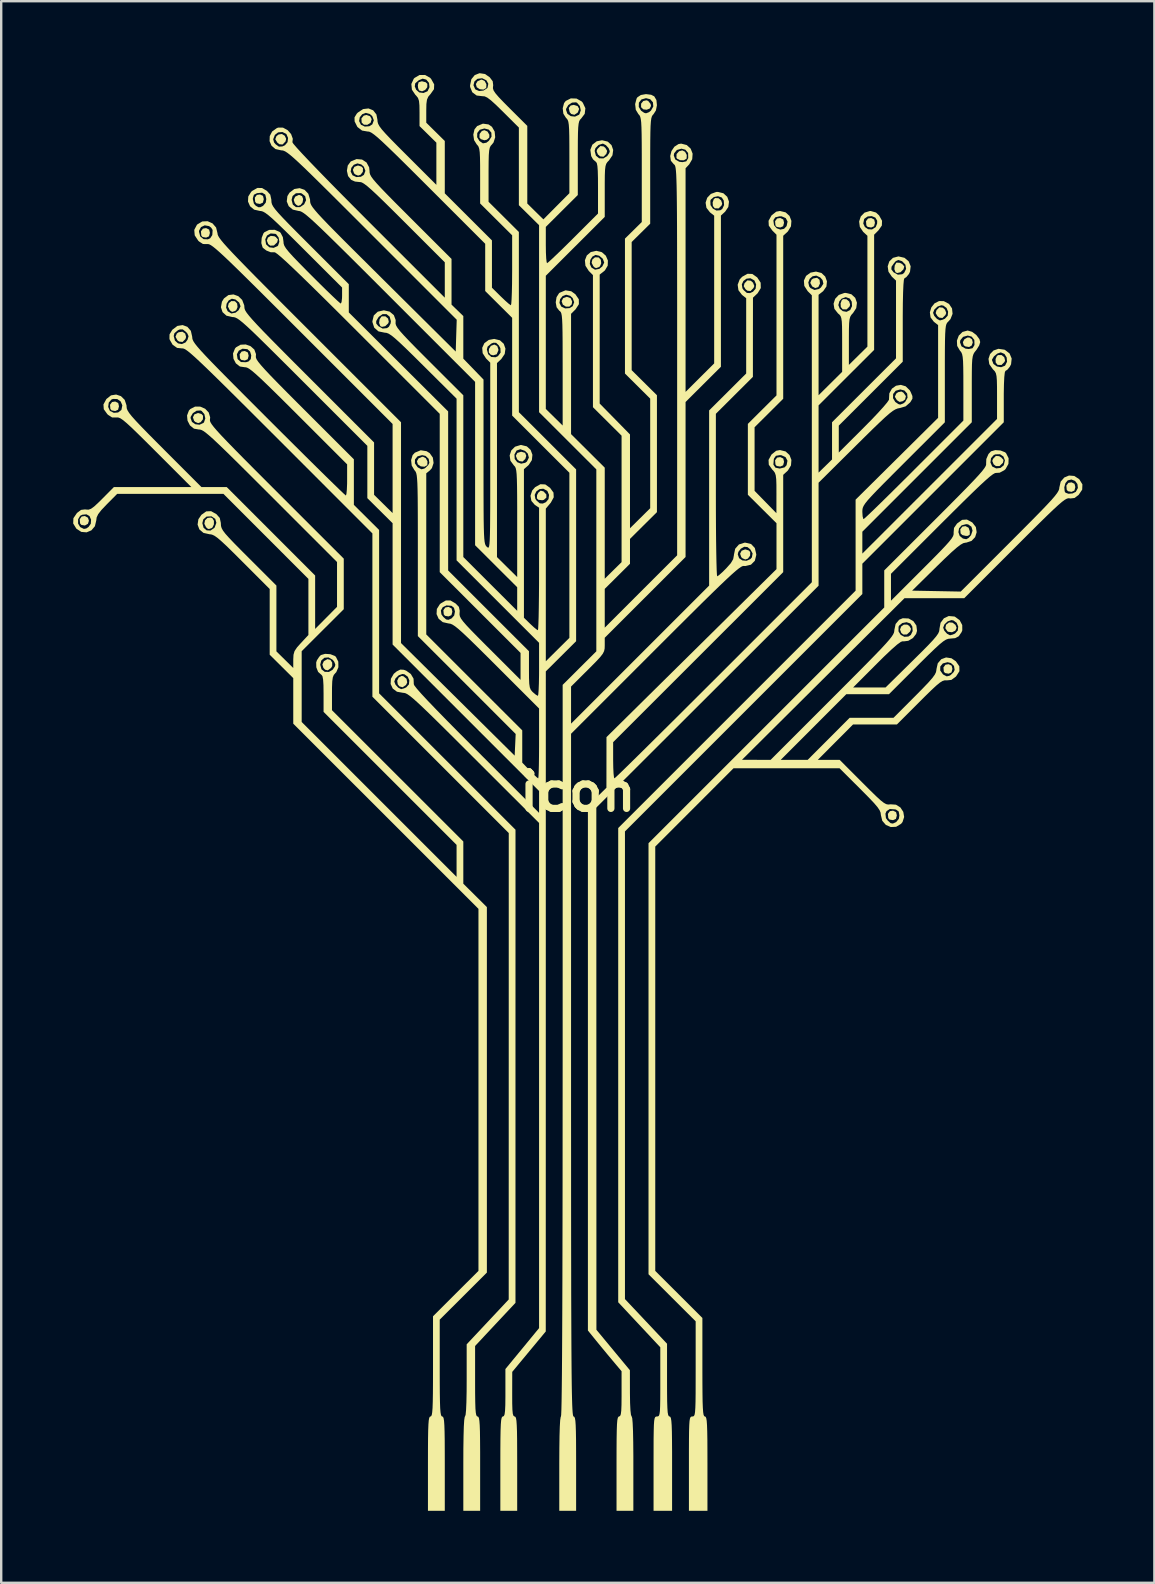
<source format=kicad_pcb>
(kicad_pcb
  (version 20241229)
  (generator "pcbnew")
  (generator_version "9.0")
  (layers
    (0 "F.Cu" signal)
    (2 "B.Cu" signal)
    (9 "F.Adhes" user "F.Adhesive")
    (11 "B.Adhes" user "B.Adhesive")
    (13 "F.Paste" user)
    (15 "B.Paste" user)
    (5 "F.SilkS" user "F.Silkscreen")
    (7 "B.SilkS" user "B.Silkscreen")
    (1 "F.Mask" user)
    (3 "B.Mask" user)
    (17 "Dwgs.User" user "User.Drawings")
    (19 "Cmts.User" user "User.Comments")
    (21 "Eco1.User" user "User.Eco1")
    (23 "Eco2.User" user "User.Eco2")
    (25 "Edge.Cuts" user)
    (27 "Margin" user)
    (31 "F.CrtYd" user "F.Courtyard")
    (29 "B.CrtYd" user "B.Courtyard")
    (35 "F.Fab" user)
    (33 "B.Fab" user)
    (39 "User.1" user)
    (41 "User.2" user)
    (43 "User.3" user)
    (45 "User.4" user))
  (footprint "icon"
    (layer "F.Cu")
    (at 21.029 29.949)
    (property "Reference" "icon" (at 0 0 0) (layer "F.SilkS") (effects (font (size 1.524 1.524) (thickness 0.3))))
    (attr board_only exclude_from_pos_files exclude_from_bom)
    (fp_poly (pts (xy -19.153 -16.205) (xy -19.12 -16.068) (xy -19.159 -15.923) (xy -19.278 -15.87) (xy -19.426 -15.896) (xy -19.479 -15.958) (xy -19.494 -16.131) (xy -19.41 -16.245) (xy -19.278 -16.266)) (stroke (width 0) (type solid)) (fill yes) (layer "F.SilkS"))
    (fp_poly (pts (xy -15.364 -23.432) (xy -15.331 -23.295) (xy -15.37 -23.15) (xy -15.489 -23.097) (xy -15.637 -23.123) (xy -15.69 -23.185) (xy -15.705 -23.359) (xy -15.621 -23.472) (xy -15.489 -23.493)) (stroke (width 0) (type solid)) (fill yes) (layer "F.SilkS"))
    (fp_poly (pts (xy -13.75 -18.31) (xy -13.717 -18.173) (xy -13.756 -18.028) (xy -13.876 -17.975) (xy -14.024 -18.001) (xy -14.076 -18.063) (xy -14.092 -18.236) (xy -14.008 -18.35) (xy -13.876 -18.371)) (stroke (width 0) (type solid)) (fill yes) (layer "F.SilkS"))
    (fp_poly (pts (xy -13.119 -24.836) (xy -13.086 -24.698) (xy -13.124 -24.554) (xy -13.244 -24.5) (xy -13.392 -24.526) (xy -13.445 -24.588) (xy -13.46 -24.762) (xy -13.376 -24.875) (xy -13.244 -24.896)) (stroke (width 0) (type solid)) (fill yes) (layer "F.SilkS"))
    (fp_poly (pts (xy -5.26 -7.645) (xy -5.227 -7.508) (xy -5.266 -7.363) (xy -5.386 -7.31) (xy -5.534 -7.335) (xy -5.586 -7.398) (xy -5.602 -7.571) (xy -5.518 -7.685) (xy -5.386 -7.706)) (stroke (width 0) (type solid)) (fill yes) (layer "F.SilkS"))
    (fp_poly (pts (xy 8.563 -23.853) (xy 8.595 -23.716) (xy 8.557 -23.571) (xy 8.437 -23.518) (xy 8.289 -23.544) (xy 8.237 -23.606) (xy 8.221 -23.78) (xy 8.305 -23.893) (xy 8.437 -23.914)) (stroke (width 0) (type solid)) (fill yes) (layer "F.SilkS"))
    (fp_poly (pts (xy 8.563 -13.89) (xy 8.595 -13.752) (xy 8.557 -13.608) (xy 8.437 -13.555) (xy 8.289 -13.58) (xy 8.237 -13.642) (xy 8.221 -13.816) (xy 8.305 -13.929) (xy 8.437 -13.95)) (stroke (width 0) (type solid)) (fill yes) (layer "F.SilkS"))
    (fp_poly (pts (xy 10.074 -21.34) (xy 10.092 -21.183) (xy 10.022 -21.035) (xy 9.895 -20.995) (xy 9.769 -21.062) (xy 9.688 -21.211) (xy 9.741 -21.344) (xy 9.809 -21.393) (xy 9.97 -21.424)) (stroke (width 0) (type solid)) (fill yes) (layer "F.SilkS"))
    (fp_poly (pts (xy 12.351 -23.853) (xy 12.384 -23.716) (xy 12.346 -23.571) (xy 12.226 -23.518) (xy 12.078 -23.544) (xy 12.026 -23.606) (xy 12.01 -23.78) (xy 12.094 -23.893) (xy 12.226 -23.914)) (stroke (width 0) (type solid)) (fill yes) (layer "F.SilkS"))
    (fp_poly (pts (xy 13.264 0.845) (xy 13.296 0.982) (xy 13.258 1.127) (xy 13.138 1.18) (xy 12.99 1.155) (xy 12.938 1.092) (xy 12.922 0.919) (xy 13.006 0.805) (xy 13.138 0.784)) (stroke (width 0) (type solid)) (fill yes) (layer "F.SilkS"))
    (fp_poly (pts (xy 15.579 -5.259) (xy 15.612 -5.122) (xy 15.573 -4.978) (xy 15.454 -4.924) (xy 15.306 -4.95) (xy 15.253 -5.012) (xy 15.238 -5.186) (xy 15.322 -5.299) (xy 15.454 -5.32)) (stroke (width 0) (type solid)) (fill yes) (layer "F.SilkS"))
    (fp_poly (pts (xy 20.701 -12.837) (xy 20.734 -12.7) (xy 20.695 -12.555) (xy 20.576 -12.502) (xy 20.428 -12.528) (xy 20.375 -12.59) (xy 20.36 -12.764) (xy 20.444 -12.877) (xy 20.576 -12.898)) (stroke (width 0) (type solid)) (fill yes) (layer "F.SilkS"))
    (fp_poly (pts (xy -20.415 -11.424) (xy -20.373 -11.297) (xy -20.415 -11.17) (xy -20.541 -11.099) (xy -20.541 -11.099) (xy -20.689 -11.124) (xy -20.742 -11.187) (xy -20.757 -11.36) (xy -20.673 -11.474) (xy -20.541 -11.495)) (stroke (width 0) (type solid)) (fill yes) (layer "F.SilkS"))
    (fp_poly (pts (xy -16.362 -19.098) (xy -16.323 -18.96) (xy -16.351 -18.87) (xy -16.471 -18.749) (xy -16.615 -18.764) (xy -16.685 -18.818) (xy -16.765 -18.967) (xy -16.708 -19.101) (xy -16.634 -19.153) (xy -16.478 -19.176)) (stroke (width 0) (type solid)) (fill yes) (layer "F.SilkS"))
    (fp_poly (pts (xy -12.212 -27.341) (xy -12.154 -27.215) (xy -12.18 -27.104) (xy -12.304 -26.977) (xy -12.436 -26.988) (xy -12.52 -27.054) (xy -12.607 -27.197) (xy -12.558 -27.324) (xy -12.469 -27.394) (xy -12.331 -27.415)) (stroke (width 0) (type solid)) (fill yes) (layer "F.SilkS"))
    (fp_poly (pts (xy -8.655 -28.155) (xy -8.589 -28.032) (xy -8.633 -27.888) (xy -8.638 -27.882) (xy -8.771 -27.798) (xy -8.915 -27.803) (xy -9.007 -27.891) (xy -9.017 -28.065) (xy -8.92 -28.181) (xy -8.806 -28.207)) (stroke (width 0) (type solid)) (fill yes) (layer "F.SilkS"))
    (fp_poly (pts (xy -7.271 -4.819) (xy -7.137 -4.71) (xy -7.109 -4.557) (xy -7.158 -4.455) (xy -7.3 -4.358) (xy -7.436 -4.396) (xy -7.503 -4.481) (xy -7.526 -4.632) (xy -7.463 -4.764) (xy -7.346 -4.829)) (stroke (width 0) (type solid)) (fill yes) (layer "F.SilkS"))
    (fp_poly (pts (xy -3.762 -27.516) (xy -3.685 -27.382) (xy -3.69 -27.268) (xy -3.787 -27.178) (xy -3.894 -27.154) (xy -4.038 -27.199) (xy -4.098 -27.268) (xy -4.093 -27.416) (xy -3.999 -27.539) (xy -3.894 -27.575)) (stroke (width 0) (type solid)) (fill yes) (layer "F.SilkS"))
    (fp_poly (pts (xy -2.196 -14.129) (xy -2.147 -14.005) (xy -2.187 -13.875) (xy -2.301 -13.765) (xy -2.442 -13.784) (xy -2.525 -13.857) (xy -2.582 -14.004) (xy -2.52 -14.124) (xy -2.362 -14.173) (xy -2.359 -14.173)) (stroke (width 0) (type solid)) (fill yes) (layer "F.SilkS"))
    (fp_poly (pts (xy -0.3 -20.574) (xy -0.235 -20.434) (xy -0.255 -20.313) (xy -0.351 -20.223) (xy -0.496 -20.221) (xy -0.624 -20.304) (xy -0.674 -20.448) (xy -0.612 -20.573) (xy -0.464 -20.629) (xy -0.456 -20.629)) (stroke (width 0) (type solid)) (fill yes) (layer "F.SilkS"))
    (fp_poly (pts (xy -0.008 -28.579) (xy 0.056 -28.461) (xy 0.001 -28.313) (xy -0.001 -28.311) (xy -0.142 -28.215) (xy -0.276 -28.249) (xy -0.339 -28.329) (xy -0.377 -28.499) (xy -0.296 -28.603) (xy -0.167 -28.628)) (stroke (width 0) (type solid)) (fill yes) (layer "F.SilkS"))
    (fp_poly (pts (xy 1.073 -26.898) (xy 1.149 -26.837) (xy 1.224 -26.709) (xy 1.19 -26.588) (xy 1.071 -26.468) (xy 0.93 -26.483) (xy 0.837 -26.564) (xy 0.783 -26.702) (xy 0.816 -26.787) (xy 0.94 -26.912)) (stroke (width 0) (type solid)) (fill yes) (layer "F.SilkS"))
    (fp_poly (pts (xy 2.931 -28.794) (xy 3.032 -28.671) (xy 3.052 -28.585) (xy 2.997 -28.476) (xy 2.87 -28.426) (xy 2.73 -28.442) (xy 2.638 -28.531) (xy 2.638 -28.679) (xy 2.728 -28.789) (xy 2.861 -28.82)) (stroke (width 0) (type solid)) (fill yes) (layer "F.SilkS"))
    (fp_poly (pts (xy 7.209 -21.3) (xy 7.302 -21.219) (xy 7.356 -21.081) (xy 7.323 -20.995) (xy 7.199 -20.871) (xy 7.066 -20.885) (xy 6.99 -20.946) (xy 6.915 -21.073) (xy 6.949 -21.195) (xy 7.068 -21.315)) (stroke (width 0) (type solid)) (fill yes) (layer "F.SilkS"))
    (fp_poly (pts (xy 13.571 -16.634) (xy 13.673 -16.49) (xy 13.639 -16.354) (xy 13.547 -16.281) (xy 13.407 -16.25) (xy 13.298 -16.322) (xy 13.213 -16.464) (xy 13.266 -16.592) (xy 13.347 -16.655) (xy 13.486 -16.683)) (stroke (width 0) (type solid)) (fill yes) (layer "F.SilkS"))
    (fp_poly (pts (xy 13.732 -6.968) (xy 13.816 -6.913) (xy 13.887 -6.793) (xy 13.849 -6.682) (xy 13.715 -6.559) (xy 13.567 -6.555) (xy 13.482 -6.619) (xy 13.428 -6.763) (xy 13.477 -6.891) (xy 13.59 -6.97)) (stroke (width 0) (type solid)) (fill yes) (layer "F.SilkS"))
    (fp_poly (pts (xy 15.208 -20.178) (xy 15.301 -20.097) (xy 15.355 -19.959) (xy 15.322 -19.873) (xy 15.198 -19.748) (xy 15.065 -19.762) (xy 14.989 -19.824) (xy 14.914 -19.951) (xy 14.948 -20.072) (xy 15.067 -20.192)) (stroke (width 0) (type solid)) (fill yes) (layer "F.SilkS"))
    (fp_poly (pts (xy 15.613 -7.052) (xy 15.74 -6.957) (xy 15.787 -6.835) (xy 15.729 -6.713) (xy 15.594 -6.651) (xy 15.44 -6.67) (xy 15.4 -6.693) (xy 15.316 -6.822) (xy 15.347 -6.964) (xy 15.471 -7.061)) (stroke (width 0) (type solid)) (fill yes) (layer "F.SilkS"))
    (fp_poly (pts (xy 16.286 -11.006) (xy 16.336 -10.858) (xy 16.333 -10.718) (xy 16.255 -10.669) (xy 16.176 -10.665) (xy 16.024 -10.701) (xy 15.953 -10.77) (xy 15.939 -10.942) (xy 16.026 -11.054) (xy 16.155 -11.074)) (stroke (width 0) (type solid)) (fill yes) (layer "F.SilkS"))
    (fp_poly (pts (xy 16.428 -18.857) (xy 16.46 -18.726) (xy 16.414 -18.599) (xy 16.307 -18.538) (xy 16.152 -18.563) (xy 16.081 -18.614) (xy 16.047 -18.741) (xy 16.112 -18.863) (xy 16.239 -18.934) (xy 16.318 -18.934)) (stroke (width 0) (type solid)) (fill yes) (layer "F.SilkS"))
    (fp_poly (pts (xy -15.678 -15.743) (xy -15.618 -15.673) (xy -15.623 -15.525) (xy -15.717 -15.403) (xy -15.822 -15.366) (xy -15.94 -15.415) (xy -15.99 -15.463) (xy -16.04 -15.607) (xy -15.978 -15.731) (xy -15.83 -15.787) (xy -15.822 -15.787)) (stroke (width 0) (type solid)) (fill yes) (layer "F.SilkS"))
    (fp_poly (pts (xy -14.288 -20.447) (xy -14.197 -20.35) (xy -14.179 -20.203) (xy -14.234 -20.074) (xy -14.284 -20.04) (xy -14.393 -20.003) (xy -14.454 -20.027) (xy -14.51 -20.081) (xy -14.58 -20.224) (xy -14.547 -20.363) (xy -14.439 -20.452)) (stroke (width 0) (type solid)) (fill yes) (layer "F.SilkS"))
    (fp_poly (pts (xy -12.642 -23.153) (xy -12.584 -23.119) (xy -12.497 -23.018) (xy -12.528 -22.902) (xy -12.532 -22.896) (xy -12.665 -22.769) (xy -12.812 -22.761) (xy -12.901 -22.827) (xy -12.959 -22.974) (xy -12.912 -23.099) (xy -12.794 -23.169)) (stroke (width 0) (type solid)) (fill yes) (layer "F.SilkS"))
    (fp_poly (pts (xy -11.49 -24.823) (xy -11.446 -24.704) (xy -11.469 -24.565) (xy -11.552 -24.454) (xy -11.656 -24.419) (xy -11.732 -24.465) (xy -11.793 -24.529) (xy -11.839 -24.672) (xy -11.778 -24.803) (xy -11.637 -24.872) (xy -11.605 -24.874)) (stroke (width 0) (type solid)) (fill yes) (layer "F.SilkS"))
    (fp_poly (pts (xy -10.309 -5.499) (xy -10.235 -5.385) (xy -10.235 -5.243) (xy -10.284 -5.162) (xy -10.417 -5.064) (xy -10.526 -5.088) (xy -10.6 -5.163) (xy -10.645 -5.307) (xy -10.582 -5.447) (xy -10.435 -5.53) (xy -10.434 -5.53)) (stroke (width 0) (type solid)) (fill yes) (layer "F.SilkS"))
    (fp_poly (pts (xy -9.013 -26.057) (xy -8.952 -25.988) (xy -8.958 -25.84) (xy -9.051 -25.717) (xy -9.157 -25.681) (xy -9.274 -25.73) (xy -9.325 -25.777) (xy -9.374 -25.921) (xy -9.312 -26.046) (xy -9.164 -26.102) (xy -9.157 -26.102)) (stroke (width 0) (type solid)) (fill yes) (layer "F.SilkS"))
    (fp_poly (pts (xy -8.016 -19.815) (xy -7.908 -19.724) (xy -7.877 -19.589) (xy -7.902 -19.522) (xy -8.024 -19.407) (xy -8.162 -19.377) (xy -8.23 -19.41) (xy -8.28 -19.539) (xy -8.259 -19.696) (xy -8.18 -19.808) (xy -8.162 -19.817)) (stroke (width 0) (type solid)) (fill yes) (layer "F.SilkS"))
    (fp_poly (pts (xy -6.335 -13.904) (xy -6.264 -13.771) (xy -6.271 -13.63) (xy -6.279 -13.613) (xy -6.39 -13.548) (xy -6.543 -13.564) (xy -6.666 -13.647) (xy -6.704 -13.778) (xy -6.635 -13.897) (xy -6.488 -13.961) (xy -6.451 -13.963)) (stroke (width 0) (type solid)) (fill yes) (layer "F.SilkS"))
    (fp_poly (pts (xy -3.88 -29.621) (xy -3.809 -29.488) (xy -3.815 -29.347) (xy -3.824 -29.33) (xy -3.934 -29.265) (xy -4.087 -29.281) (xy -4.21 -29.364) (xy -4.248 -29.495) (xy -4.179 -29.614) (xy -4.033 -29.678) (xy -3.996 -29.68)) (stroke (width 0) (type solid)) (fill yes) (layer "F.SilkS"))
    (fp_poly (pts (xy -3.359 -18.581) (xy -3.309 -18.434) (xy -3.312 -18.393) (xy -3.38 -18.235) (xy -3.526 -18.191) (xy -3.631 -18.219) (xy -3.708 -18.313) (xy -3.704 -18.457) (xy -3.622 -18.586) (xy -3.622 -18.587) (xy -3.478 -18.641)) (stroke (width 0) (type solid)) (fill yes) (layer "F.SilkS"))
    (fp_poly (pts (xy -1.431 -12.521) (xy -1.425 -12.517) (xy -1.31 -12.392) (xy -1.31 -12.261) (xy -1.415 -12.168) (xy -1.482 -12.152) (xy -1.644 -12.172) (xy -1.705 -12.233) (xy -1.698 -12.366) (xy -1.648 -12.465) (xy -1.548 -12.552)) (stroke (width 0) (type solid)) (fill yes) (layer "F.SilkS"))
    (fp_poly (pts (xy 0.868 -22.271) (xy 0.959 -22.175) (xy 0.977 -22.027) (xy 0.922 -21.899) (xy 0.871 -21.864) (xy 0.763 -21.827) (xy 0.701 -21.851) (xy 0.646 -21.906) (xy 0.576 -22.049) (xy 0.608 -22.187) (xy 0.716 -22.276)) (stroke (width 0) (type solid)) (fill yes) (layer "F.SilkS"))
    (fp_poly (pts (xy 4.47 -26.674) (xy 4.541 -26.541) (xy 4.535 -26.4) (xy 4.526 -26.383) (xy 4.417 -26.319) (xy 4.263 -26.323) (xy 4.137 -26.387) (xy 4.111 -26.426) (xy 4.116 -26.578) (xy 4.221 -26.696) (xy 4.354 -26.733)) (stroke (width 0) (type solid)) (fill yes) (layer "F.SilkS"))
    (fp_poly (pts (xy 5.863 -24.739) (xy 5.975 -24.646) (xy 6.017 -24.513) (xy 5.993 -24.438) (xy 5.869 -24.314) (xy 5.716 -24.318) (xy 5.701 -24.324) (xy 5.629 -24.416) (xy 5.619 -24.564) (xy 5.667 -24.699) (xy 5.724 -24.745)) (stroke (width 0) (type solid)) (fill yes) (layer "F.SilkS"))
    (fp_poly (pts (xy 7.125 -10.059) (xy 7.186 -9.99) (xy 7.18 -9.842) (xy 7.087 -9.719) (xy 6.981 -9.683) (xy 6.864 -9.732) (xy 6.813 -9.779) (xy 6.764 -9.923) (xy 6.826 -10.048) (xy 6.974 -10.104) (xy 6.981 -10.104)) (stroke (width 0) (type solid)) (fill yes) (layer "F.SilkS"))
    (fp_poly (pts (xy 11.196 -20.529) (xy 11.308 -20.436) (xy 11.349 -20.303) (xy 11.326 -20.228) (xy 11.201 -20.104) (xy 11.048 -20.109) (xy 11.034 -20.114) (xy 10.961 -20.206) (xy 10.951 -20.354) (xy 11 -20.489) (xy 11.057 -20.535)) (stroke (width 0) (type solid)) (fill yes) (layer "F.SilkS"))
    (fp_poly (pts (xy 17.559 -13.989) (xy 17.65 -13.933) (xy 17.742 -13.832) (xy 17.719 -13.72) (xy 17.709 -13.704) (xy 17.574 -13.576) (xy 17.424 -13.575) (xy 17.329 -13.65) (xy 17.272 -13.789) (xy 17.305 -13.877) (xy 17.423 -13.999)) (stroke (width 0) (type solid)) (fill yes) (layer "F.SilkS"))
    (fp_poly (pts (xy 17.663 -18.201) (xy 17.772 -18.111) (xy 17.805 -17.979) (xy 17.781 -17.913) (xy 17.656 -17.789) (xy 17.504 -17.793) (xy 17.489 -17.799) (xy 17.415 -17.891) (xy 17.409 -18.036) (xy 17.465 -18.165) (xy 17.519 -18.203)) (stroke (width 0) (type solid)) (fill yes) (layer "F.SilkS"))
    (fp_poly (pts (xy -15.227 -11.402) (xy -15.163 -11.294) (xy -15.166 -11.14) (xy -15.228 -11.014) (xy -15.267 -10.988) (xy -15.375 -10.952) (xy -15.437 -10.975) (xy -15.493 -11.03) (xy -15.563 -11.172) (xy -15.534 -11.314) (xy -15.435 -11.413) (xy -15.295 -11.431)) (stroke (width 0) (type solid)) (fill yes) (layer "F.SilkS"))
    (fp_poly (pts (xy -6.339 -29.572) (xy -6.27 -29.504) (xy -6.273 -29.364) (xy -6.362 -29.249) (xy -6.49 -29.193) (xy -6.613 -29.23) (xy -6.619 -29.236) (xy -6.656 -29.336) (xy -6.666 -29.446) (xy -6.634 -29.571) (xy -6.514 -29.609) (xy -6.488 -29.61)) (stroke (width 0) (type solid)) (fill yes) (layer "F.SilkS"))
    (fp_poly (pts (xy 13.419 -22.047) (xy 13.518 -21.996) (xy 13.605 -21.896) (xy 13.573 -21.779) (xy 13.57 -21.773) (xy 13.448 -21.654) (xy 13.311 -21.621) (xy 13.24 -21.655) (xy 13.193 -21.777) (xy 13.206 -21.931) (xy 13.269 -22.043) (xy 13.29 -22.055)) (stroke (width 0) (type solid)) (fill yes) (layer "F.SilkS"))
    (fp_poly (pts (xy -16.27 -19.379) (xy -16.125 -19.211) (xy -16.068 -18.958) (xy -16.068 -18.951) (xy -16.064 -18.896) (xy -16.047 -18.836) (xy -16.01 -18.762) (xy -15.946 -18.667) (xy -15.847 -18.543) (xy -15.707 -18.383) (xy -15.518 -18.179) (xy -15.274 -17.923) (xy -14.966 -17.607) (xy -14.588 -17.224) (xy -14.133 -16.766) (xy -13.594 -16.226) (xy -12.963 -15.594) (xy -12.893 -15.524) (xy -12.34 -14.972) (xy -11.816 -14.451) (xy -11.33 -13.968) (xy -10.89 -13.533) (xy -10.504 -13.153) (xy -10.18 -12.837) (xy -9.928 -12.592) (xy -9.756 -12.428) (xy -9.672 -12.353) (xy -9.665 -12.349) (xy -9.642 -12.414) (xy -9.625 -12.589) (xy -9.614 -12.842) (xy -9.613 -12.999) (xy -9.613 -13.648) (xy -11.648 -15.682) (xy -12.161 -16.194) (xy -12.584 -16.613) (xy -12.928 -16.949) (xy -13.202 -17.211) (xy -13.415 -17.406) (xy -13.577 -17.544) (xy -13.696 -17.632) (xy -13.783 -17.679) (xy -13.846 -17.694) (xy -13.865 -17.693) (xy -14.081 -17.725) (xy -14.249 -17.856) (xy -14.35 -18.049) (xy -14.366 -18.235) (xy -14.207 -18.235) (xy -14.181 -18.048) (xy -14.171 -18.028) (xy -14.037 -17.912) (xy -13.831 -17.903) (xy -13.723 -17.935) (xy -13.628 -18.034) (xy -13.609 -18.191) (xy -13.658 -18.349) (xy -13.77 -18.448) (xy -13.971 -18.467) (xy -14.127 -18.385) (xy -14.207 -18.235) (xy -14.366 -18.235) (xy -14.369 -18.267) (xy -14.287 -18.473) (xy -14.244 -18.524) (xy -14.053 -18.634) (xy -13.838 -18.644) (xy -13.635 -18.571) (xy -13.48 -18.432) (xy -13.411 -18.242) (xy -13.417 -18.148) (xy -13.414 -18.094) (xy -13.383 -18.02) (xy -13.315 -17.918) (xy -13.2 -17.777) (xy -13.032 -17.589) (xy -12.802 -17.344) (xy -12.5 -17.033) (xy -12.119 -16.647) (xy -11.651 -16.177) (xy -11.391 -15.917) (xy -9.332 -13.859) (xy -9.332 -11.96) (xy -8.28 -10.914) (xy -8.28 -4.104) (xy -2.596 1.578) (xy -2.597 11.437) (xy -2.597 21.295) (xy -3.439 22.194) (xy -4.28 23.093) (xy -4.28 24.562) (xy -4.279 25.059) (xy -4.274 25.432) (xy -4.266 25.698) (xy -4.251 25.874) (xy -4.23 25.977) (xy -4.201 26.024) (xy -4.175 26.031) (xy -4.144 26.047) (xy -4.119 26.103) (xy -4.101 26.214) (xy -4.087 26.395) (xy -4.078 26.66) (xy -4.073 27.024) (xy -4.07 27.502) (xy -4.07 27.996) (xy -4.07 29.961) (xy -4.771 29.961) (xy -4.771 27.996) (xy -4.769 27.361) (xy -4.761 26.844) (xy -4.75 26.449) (xy -4.733 26.182) (xy -4.712 26.047) (xy -4.701 26.031) (xy -4.676 25.963) (xy -4.656 25.761) (xy -4.642 25.434) (xy -4.633 24.989) (xy -4.631 24.527) (xy -4.631 23.023) (xy -2.879 21.155) (xy -2.878 11.437) (xy -2.877 1.718) (xy -8.56 -3.964) (xy -8.56 -10.77) (xy -12.432 -14.643) (xy -13.149 -15.359) (xy -13.773 -15.982) (xy -14.312 -16.518) (xy -14.772 -16.973) (xy -15.16 -17.354) (xy -15.482 -17.667) (xy -15.746 -17.918) (xy -15.957 -18.114) (xy -16.122 -18.26) (xy -16.249 -18.364) (xy -16.343 -18.431) (xy -16.412 -18.467) (xy -16.462 -18.48) (xy -16.487 -18.479) (xy -16.699 -18.501) (xy -16.886 -18.633) (xy -17.007 -18.844) (xy -17.017 -18.882) (xy -17.016 -18.995) (xy -16.84 -18.995) (xy -16.788 -18.804) (xy -16.661 -18.689) (xy -16.5 -18.66) (xy -16.346 -18.729) (xy -16.264 -18.842) (xy -16.221 -18.988) (xy -16.272 -19.104) (xy -16.333 -19.171) (xy -16.461 -19.271) (xy -16.583 -19.271) (xy -16.661 -19.24) (xy -16.81 -19.113) (xy -16.84 -18.995) (xy -17.016 -18.995) (xy -17.014 -19.064) (xy -16.902 -19.25) (xy -16.894 -19.259) (xy -16.687 -19.416) (xy -16.468 -19.452)) (stroke (width 0) (type solid)) (fill yes) (layer "F.SilkS"))
    (fp_poly (pts (xy 15.253 -20.449) (xy 15.47 -20.334) (xy 15.595 -20.146) (xy 15.618 -19.921) (xy 15.531 -19.7) (xy 15.435 -19.593) (xy 15.395 -19.553) (xy 15.363 -19.497) (xy 15.339 -19.411) (xy 15.322 -19.278) (xy 15.31 -19.081) (xy 15.302 -18.806) (xy 15.298 -18.437) (xy 15.296 -17.956) (xy 15.296 -17.438) (xy 15.296 -15.4) (xy 13.577 -13.682) (xy 13.119 -13.224) (xy 12.751 -12.854) (xy 12.462 -12.56) (xy 12.243 -12.33) (xy 12.085 -12.155) (xy 11.978 -12.021) (xy 11.911 -11.917) (xy 11.875 -11.833) (xy 11.861 -11.756) (xy 11.858 -11.676) (xy 11.858 -11.666) (xy 11.869 -11.483) (xy 11.897 -11.377) (xy 11.911 -11.367) (xy 11.971 -11.415) (xy 12.118 -11.552) (xy 12.344 -11.768) (xy 12.636 -12.052) (xy 12.985 -12.395) (xy 13.379 -12.785) (xy 13.809 -13.212) (xy 14.016 -13.42) (xy 16.068 -15.472) (xy 16.068 -16.858) (xy 16.067 -17.335) (xy 16.063 -17.691) (xy 16.055 -17.948) (xy 16.039 -18.124) (xy 16.015 -18.241) (xy 15.981 -18.318) (xy 15.935 -18.376) (xy 15.928 -18.383) (xy 15.81 -18.583) (xy 15.802 -18.734) (xy 15.928 -18.734) (xy 15.989 -18.567) (xy 16.156 -18.47) (xy 16.291 -18.454) (xy 16.449 -18.487) (xy 16.526 -18.612) (xy 16.531 -18.63) (xy 16.525 -18.833) (xy 16.413 -18.972) (xy 16.249 -19.015) (xy 16.057 -18.961) (xy 15.943 -18.823) (xy 15.928 -18.734) (xy 15.802 -18.734) (xy 15.799 -18.806) (xy 15.877 -19.013) (xy 16.032 -19.166) (xy 16.247 -19.225) (xy 16.431 -19.171) (xy 16.61 -19.036) (xy 16.737 -18.864) (xy 16.77 -18.743) (xy 16.726 -18.6) (xy 16.619 -18.427) (xy 16.594 -18.396) (xy 16.534 -18.322) (xy 16.49 -18.246) (xy 16.459 -18.149) (xy 16.438 -18.009) (xy 16.426 -17.805) (xy 16.421 -17.517) (xy 16.419 -17.123) (xy 16.419 -16.794) (xy 16.419 -15.401) (xy 14.138 -13.121) (xy 11.858 -10.841) (xy 11.858 -9.929) (xy 17.471 -15.541) (xy 17.471 -16.494) (xy 17.47 -16.877) (xy 17.464 -17.146) (xy 17.449 -17.327) (xy 17.422 -17.445) (xy 17.377 -17.527) (xy 17.31 -17.598) (xy 17.296 -17.612) (xy 17.148 -17.824) (xy 17.123 -17.992) (xy 17.261 -17.992) (xy 17.321 -17.833) (xy 17.465 -17.727) (xy 17.642 -17.695) (xy 17.8 -17.758) (xy 17.808 -17.766) (xy 17.888 -17.924) (xy 17.873 -18.102) (xy 17.782 -18.248) (xy 17.631 -18.313) (xy 17.621 -18.313) (xy 17.481 -18.263) (xy 17.343 -18.148) (xy 17.264 -18.018) (xy 17.261 -17.992) (xy 17.123 -17.992) (xy 17.115 -18.044) (xy 17.18 -18.243) (xy 17.323 -18.392) (xy 17.528 -18.463) (xy 17.776 -18.427) (xy 17.801 -18.417) (xy 17.993 -18.27) (xy 18.081 -18.058) (xy 18.056 -17.82) (xy 18.002 -17.714) (xy 17.9 -17.59) (xy 17.82 -17.541) (xy 17.794 -17.474) (xy 17.773 -17.281) (xy 17.759 -16.978) (xy 17.752 -16.58) (xy 17.752 -16.471) (xy 17.752 -15.401) (xy 14.805 -12.454) (xy 11.858 -9.508) (xy 11.858 -8.244) (xy 1.965 1.649) (xy 1.965 21.138) (xy 3.719 22.999) (xy 3.719 24.515) (xy 3.72 25.021) (xy 3.724 25.402) (xy 3.733 25.676) (xy 3.746 25.86) (xy 3.767 25.969) (xy 3.795 26.021) (xy 3.824 26.031) (xy 3.855 26.047) (xy 3.88 26.103) (xy 3.898 26.214) (xy 3.912 26.395) (xy 3.921 26.66) (xy 3.926 27.024) (xy 3.929 27.502) (xy 3.929 27.996) (xy 3.929 29.961) (xy 3.157 29.961) (xy 3.157 27.996) (xy 3.158 27.42) (xy 3.159 26.97) (xy 3.164 26.629) (xy 3.171 26.383) (xy 3.183 26.215) (xy 3.201 26.112) (xy 3.226 26.057) (xy 3.259 26.035) (xy 3.298 26.031) (xy 3.345 26.026) (xy 3.38 25.998) (xy 3.405 25.929) (xy 3.422 25.802) (xy 3.431 25.599) (xy 3.436 25.302) (xy 3.438 24.893) (xy 3.438 24.589) (xy 3.438 23.147) (xy 1.684 21.271) (xy 1.684 1.508) (xy 6.631 -3.438) (xy 11.577 -8.384) (xy 11.577 -12.177) (xy 15.015 -15.586) (xy 15.015 -19.451) (xy 14.836 -19.592) (xy 14.701 -19.771) (xy 14.675 -19.962) (xy 14.805 -19.962) (xy 14.855 -19.835) (xy 14.968 -19.709) (xy 15.087 -19.647) (xy 15.095 -19.646) (xy 15.209 -19.677) (xy 15.301 -19.719) (xy 15.415 -19.844) (xy 15.433 -20.009) (xy 15.367 -20.165) (xy 15.232 -20.264) (xy 15.147 -20.278) (xy 14.991 -20.224) (xy 14.858 -20.098) (xy 14.805 -19.962) (xy 14.675 -19.962) (xy 14.672 -19.982) (xy 14.733 -20.189) (xy 14.867 -20.358) (xy 15.056 -20.453)) (stroke (width 0) (type solid)) (fill yes) (layer "F.SilkS"))
    (fp_poly (pts (xy -19.039 -16.49) (xy -18.883 -16.336) (xy -18.807 -16.107) (xy -18.804 -16.051) (xy -18.796 -15.978) (xy -18.763 -15.895) (xy -18.697 -15.789) (xy -18.586 -15.649) (xy -18.421 -15.464) (xy -18.192 -15.222) (xy -17.889 -14.911) (xy -17.501 -14.52) (xy -17.244 -14.262) (xy -15.683 -12.7) (xy -14.629 -12.7) (xy -12.787 -10.858) (xy -10.946 -9.015) (xy -10.946 -6.789) (xy -10.49 -7.249) (xy -10.034 -7.71) (xy -10.034 -9.578) (xy -12.805 -12.349) (xy -13.404 -12.947) (xy -13.912 -13.453) (xy -14.337 -13.874) (xy -14.688 -14.218) (xy -14.973 -14.492) (xy -15.2 -14.705) (xy -15.377 -14.862) (xy -15.512 -14.973) (xy -15.614 -15.044) (xy -15.69 -15.083) (xy -15.748 -15.098) (xy -15.782 -15.098) (xy -15.996 -15.135) (xy -16.163 -15.271) (xy -16.264 -15.468) (xy -16.275 -15.58) (xy -16.138 -15.58) (xy -16.08 -15.418) (xy -15.939 -15.319) (xy -15.764 -15.299) (xy -15.603 -15.373) (xy -15.578 -15.4) (xy -15.523 -15.561) (xy -15.562 -15.741) (xy -15.676 -15.873) (xy -15.722 -15.894) (xy -15.888 -15.883) (xy -16.043 -15.78) (xy -16.132 -15.628) (xy -16.138 -15.58) (xy -16.275 -15.58) (xy -16.284 -15.686) (xy -16.207 -15.888) (xy -16.15 -15.952) (xy -15.95 -16.055) (xy -15.731 -16.053) (xy -15.529 -15.965) (xy -15.381 -15.809) (xy -15.32 -15.605) (xy -15.33 -15.511) (xy -15.33 -15.465) (xy -15.309 -15.404) (xy -15.258 -15.32) (xy -15.171 -15.205) (xy -15.04 -15.052) (xy -14.858 -14.853) (xy -14.616 -14.599) (xy -14.309 -14.283) (xy -13.928 -13.896) (xy -13.467 -13.432) (xy -12.917 -12.881) (xy -12.561 -12.525) (xy -9.753 -9.719) (xy -9.753 -7.611) (xy -11.507 -5.861) (xy -11.507 -2.911) (xy -8.28 0.316) (xy -5.052 3.543) (xy -5.052 2.21) (xy -10.595 -3.332) (xy -10.595 -4.089) (xy -10.599 -4.444) (xy -10.614 -4.68) (xy -10.641 -4.818) (xy -10.685 -4.879) (xy -10.694 -4.884) (xy -10.822 -4.999) (xy -10.897 -5.189) (xy -10.9 -5.298) (xy -10.735 -5.298) (xy -10.681 -5.107) (xy -10.546 -5.001) (xy -10.371 -4.997) (xy -10.214 -5.092) (xy -10.125 -5.221) (xy -10.104 -5.298) (xy -10.15 -5.421) (xy -10.214 -5.503) (xy -10.39 -5.603) (xy -10.563 -5.587) (xy -10.691 -5.472) (xy -10.735 -5.298) (xy -10.9 -5.298) (xy -10.902 -5.393) (xy -10.871 -5.484) (xy -10.777 -5.628) (xy -10.707 -5.7) (xy -10.53 -5.751) (xy -10.311 -5.736) (xy -10.124 -5.663) (xy -10.08 -5.625) (xy -9.981 -5.425) (xy -9.977 -5.192) (xy -10.065 -4.988) (xy -10.104 -4.947) (xy -10.169 -4.871) (xy -10.21 -4.768) (xy -10.233 -4.605) (xy -10.243 -4.353) (xy -10.244 -4.111) (xy -10.244 -3.402) (xy -7.508 -0.667) (xy -4.771 2.069) (xy -4.771 3.828) (xy -4.28 4.315) (xy -3.789 4.803) (xy -3.789 20.034) (xy -4.771 21.015) (xy -5.754 21.995) (xy -5.754 24.013) (xy -5.753 24.605) (xy -5.75 25.071) (xy -5.744 25.426) (xy -5.735 25.684) (xy -5.721 25.858) (xy -5.702 25.965) (xy -5.678 26.018) (xy -5.648 26.031) (xy -5.617 26.047) (xy -5.593 26.103) (xy -5.574 26.214) (xy -5.561 26.395) (xy -5.552 26.66) (xy -5.546 27.024) (xy -5.544 27.502) (xy -5.543 27.996) (xy -5.543 29.961) (xy -6.245 29.961) (xy -6.245 27.996) (xy -6.244 27.413) (xy -6.241 26.955) (xy -6.235 26.609) (xy -6.225 26.359) (xy -6.211 26.191) (xy -6.192 26.09) (xy -6.166 26.042) (xy -6.14 26.031) (xy -6.109 26.016) (xy -6.085 25.961) (xy -6.067 25.853) (xy -6.053 25.676) (xy -6.044 25.416) (xy -6.038 25.061) (xy -6.035 24.594) (xy -6.034 24.003) (xy -6.034 23.943) (xy -6.034 21.855) (xy -5.087 20.909) (xy -4.14 19.964) (xy -4.14 4.876) (xy -7.999 1.017) (xy -11.858 -2.841) (xy -11.858 -4.74) (xy -12.84 -5.715) (xy -12.84 -8.453) (xy -13.98 -9.594) (xy -14.352 -9.965) (xy -14.64 -10.247) (xy -14.86 -10.451) (xy -15.024 -10.59) (xy -15.148 -10.676) (xy -15.245 -10.72) (xy -15.33 -10.735) (xy -15.348 -10.735) (xy -15.6 -10.791) (xy -15.77 -10.936) (xy -15.845 -11.137) (xy -15.836 -11.197) (xy -15.647 -11.197) (xy -15.595 -11.005) (xy -15.468 -10.898) (xy -15.307 -10.889) (xy -15.152 -10.995) (xy -15.132 -11.021) (xy -15.062 -11.211) (xy -15.109 -11.376) (xy -15.26 -11.478) (xy -15.27 -11.481) (xy -15.469 -11.472) (xy -15.606 -11.356) (xy -15.647 -11.197) (xy -15.836 -11.197) (xy -15.811 -11.361) (xy -15.685 -11.545) (xy -15.484 -11.688) (xy -15.283 -11.697) (xy -15.06 -11.572) (xy -15.06 -11.572) (xy -14.921 -11.415) (xy -14.876 -11.207) (xy -14.875 -11.168) (xy -14.869 -11.079) (xy -14.843 -10.991) (xy -14.786 -10.887) (xy -14.685 -10.754) (xy -14.528 -10.578) (xy -14.303 -10.343) (xy -13.999 -10.035) (xy -13.717 -9.753) (xy -12.56 -8.597) (xy -12.56 -5.854) (xy -12.209 -5.508) (xy -11.858 -5.162) (xy -11.858 -5.511) (xy -11.848 -5.713) (xy -11.804 -5.866) (xy -11.701 -6.02) (xy -11.542 -6.198) (xy -11.227 -6.537) (xy -11.227 -8.875) (xy -14.769 -12.419) (xy -19.194 -12.419) (xy -19.631 -11.979) (xy -19.853 -11.745) (xy -19.987 -11.573) (xy -20.052 -11.434) (xy -20.067 -11.312) (xy -20.124 -11.069) (xy -20.27 -10.898) (xy -20.471 -10.814) (xy -20.692 -10.833) (xy -20.897 -10.968) (xy -21.029 -11.184) (xy -21.022 -11.357) (xy -20.825 -11.357) (xy -20.825 -11.18) (xy -20.74 -11.038) (xy -20.716 -11.022) (xy -20.583 -10.957) (xy -20.484 -10.975) (xy -20.391 -11.037) (xy -20.295 -11.174) (xy -20.284 -11.344) (xy -20.349 -11.493) (xy -20.475 -11.565) (xy -20.646 -11.549) (xy -20.738 -11.504) (xy -20.825 -11.357) (xy -21.022 -11.357) (xy -21.02 -11.403) (xy -20.871 -11.622) (xy -20.87 -11.623) (xy -20.702 -11.75) (xy -20.533 -11.771) (xy -20.495 -11.765) (xy -20.392 -11.759) (xy -20.286 -11.796) (xy -20.152 -11.893) (xy -19.964 -12.068) (xy -19.818 -12.213) (xy -19.334 -12.7) (xy -16.104 -12.7) (xy -17.572 -14.169) (xy -17.996 -14.592) (xy -18.334 -14.925) (xy -18.596 -15.179) (xy -18.796 -15.362) (xy -18.945 -15.487) (xy -19.054 -15.562) (xy -19.136 -15.597) (xy -19.203 -15.604) (xy -19.233 -15.6) (xy -19.409 -15.603) (xy -19.573 -15.709) (xy -19.607 -15.741) (xy -19.754 -15.945) (xy -19.761 -16.042) (xy -19.571 -16.042) (xy -19.5 -15.879) (xy -19.492 -15.871) (xy -19.334 -15.795) (xy -19.156 -15.81) (xy -19.024 -15.912) (xy -19.018 -15.923) (xy -18.981 -16.108) (xy -19.05 -16.268) (xy -19.191 -16.369) (xy -19.369 -16.375) (xy -19.436 -16.349) (xy -19.547 -16.22) (xy -19.571 -16.042) (xy -19.761 -16.042) (xy -19.768 -16.145) (xy -19.648 -16.366) (xy -19.641 -16.374) (xy -19.453 -16.523) (xy -19.24 -16.557)) (stroke (width 0) (type solid)) (fill yes) (layer "F.SilkS"))
    (fp_poly (pts (xy 12.427 -24.142) (xy 12.555 -24.022) (xy 12.679 -23.8) (xy 12.671 -23.6) (xy 12.528 -23.397) (xy 12.525 -23.394) (xy 12.349 -23.218) (xy 12.349 -18.417) (xy 11.191 -17.261) (xy 10.034 -16.105) (xy 10.034 -13.303) (xy 10.595 -13.851) (xy 10.595 -15.403) (xy 13.261 -18.066) (xy 13.261 -21.306) (xy 13.086 -21.471) (xy 12.946 -21.677) (xy 12.932 -21.774) (xy 13.067 -21.774) (xy 13.154 -21.658) (xy 13.161 -21.651) (xy 13.338 -21.552) (xy 13.52 -21.57) (xy 13.598 -21.625) (xy 13.682 -21.793) (xy 13.652 -21.972) (xy 13.519 -22.109) (xy 13.499 -22.119) (xy 13.355 -22.164) (xy 13.252 -22.117) (xy 13.183 -22.039) (xy 13.075 -21.884) (xy 13.067 -21.774) (xy 12.932 -21.774) (xy 12.914 -21.9) (xy 12.981 -22.104) (xy 13.133 -22.253) (xy 13.36 -22.313) (xy 13.366 -22.313) (xy 13.613 -22.256) (xy 13.788 -22.109) (xy 13.872 -21.903) (xy 13.844 -21.674) (xy 13.794 -21.575) (xy 13.691 -21.45) (xy 13.611 -21.401) (xy 13.588 -21.332) (xy 13.57 -21.132) (xy 13.556 -20.81) (xy 13.546 -20.375) (xy 13.542 -19.835) (xy 13.542 -19.663) (xy 13.542 -17.926) (xy 10.876 -15.262) (xy 10.876 -14.14) (xy 11.929 -15.192) (xy 12.242 -15.509) (xy 12.515 -15.797) (xy 12.737 -16.042) (xy 12.891 -16.226) (xy 12.964 -16.333) (xy 12.968 -16.349) (xy 12.971 -16.405) (xy 13.136 -16.405) (xy 13.231 -16.248) (xy 13.36 -16.159) (xy 13.437 -16.138) (xy 13.56 -16.184) (xy 13.642 -16.248) (xy 13.742 -16.424) (xy 13.726 -16.597) (xy 13.611 -16.726) (xy 13.437 -16.77) (xy 13.246 -16.715) (xy 13.141 -16.58) (xy 13.136 -16.405) (xy 12.971 -16.405) (xy 12.982 -16.607) (xy 13.091 -16.803) (xy 13.261 -16.924) (xy 13.462 -16.96) (xy 13.663 -16.901) (xy 13.833 -16.735) (xy 13.873 -16.662) (xy 13.944 -16.495) (xy 13.945 -16.384) (xy 13.872 -16.26) (xy 13.846 -16.225) (xy 13.662 -16.065) (xy 13.416 -15.994) (xy 13.328 -15.976) (xy 13.236 -15.939) (xy 13.127 -15.874) (xy 12.99 -15.769) (xy 12.812 -15.614) (xy 12.581 -15.398) (xy 12.284 -15.112) (xy 11.91 -14.744) (xy 11.581 -14.418) (xy 10.034 -12.882) (xy 10.034 -8.59) (xy 5.403 -3.968) (xy 0.772 0.655) (xy 0.774 11.536) (xy 0.776 22.418) (xy 2.171 24.102) (xy 2.173 25.067) (xy 2.179 25.471) (xy 2.194 25.775) (xy 2.216 25.967) (xy 2.245 26.031) (xy 2.268 26.101) (xy 2.286 26.305) (xy 2.301 26.64) (xy 2.31 27.099) (xy 2.315 27.678) (xy 2.315 27.996) (xy 2.315 29.961) (xy 1.614 29.961) (xy 1.614 27.996) (xy 1.615 27.413) (xy 1.618 26.955) (xy 1.624 26.609) (xy 1.633 26.359) (xy 1.647 26.191) (xy 1.667 26.09) (xy 1.693 26.042) (xy 1.719 26.031) (xy 1.762 26.011) (xy 1.792 25.938) (xy 1.811 25.79) (xy 1.821 25.547) (xy 1.824 25.19) (xy 1.824 25.088) (xy 1.824 24.145) (xy 1.451 23.702) (xy 1.217 23.422) (xy 0.964 23.116) (xy 0.75 22.854) (xy 0.421 22.448) (xy 0.421 0.592) (xy 0.807 0.21) (xy 1.193 -0.171) (xy 1.195 -2.28) (xy 8.28 -9.281) (xy 8.28 -11.195) (xy 7.683 -11.788) (xy 7.087 -12.381) (xy 7.087 -15.334) (xy 7.683 -15.928) (xy 8.28 -16.521) (xy 8.28 -23.218) (xy 8.104 -23.394) (xy 7.959 -23.597) (xy 7.949 -23.796) (xy 7.951 -23.8) (xy 8.151 -23.8) (xy 8.178 -23.615) (xy 8.288 -23.487) (xy 8.441 -23.431) (xy 8.596 -23.464) (xy 8.701 -23.576) (xy 8.742 -23.765) (xy 8.666 -23.91) (xy 8.495 -23.983) (xy 8.398 -23.983) (xy 8.23 -23.941) (xy 8.159 -23.838) (xy 8.151 -23.8) (xy 7.951 -23.8) (xy 8.071 -24.019) (xy 8.074 -24.022) (xy 8.268 -24.177) (xy 8.425 -24.207) (xy 8.66 -24.149) (xy 8.823 -24) (xy 8.902 -23.794) (xy 8.884 -23.568) (xy 8.757 -23.357) (xy 8.736 -23.336) (xy 8.56 -23.174) (xy 8.56 -16.381) (xy 7.964 -15.787) (xy 7.367 -15.194) (xy 7.367 -12.544) (xy 7.822 -12.078) (xy 8.277 -11.612) (xy 8.278 -12.434) (xy 8.277 -12.787) (xy 8.269 -13.029) (xy 8.249 -13.189) (xy 8.213 -13.296) (xy 8.154 -13.379) (xy 8.104 -13.43) (xy 7.959 -13.633) (xy 7.959 -13.637) (xy 8.151 -13.637) (xy 8.236 -13.51) (xy 8.415 -13.472) (xy 8.618 -13.522) (xy 8.701 -13.612) (xy 8.738 -13.799) (xy 8.658 -13.949) (xy 8.484 -14.028) (xy 8.419 -14.033) (xy 8.257 -14.004) (xy 8.178 -13.894) (xy 8.168 -13.858) (xy 8.151 -13.637) (xy 7.959 -13.637) (xy 7.949 -13.833) (xy 8.071 -14.055) (xy 8.074 -14.059) (xy 8.268 -14.214) (xy 8.425 -14.244) (xy 8.66 -14.186) (xy 8.823 -14.036) (xy 8.902 -13.831) (xy 8.884 -13.604) (xy 8.757 -13.394) (xy 8.736 -13.373) (xy 8.56 -13.21) (xy 8.56 -9.156) (xy 1.473 -2.07) (xy 1.473 -1.316) (xy 1.478 -1.009) (xy 1.49 -0.763) (xy 1.508 -0.605) (xy 1.526 -0.561) (xy 1.582 -0.61) (xy 1.731 -0.75) (xy 1.963 -0.975) (xy 2.272 -1.278) (xy 2.651 -1.651) (xy 3.091 -2.086) (xy 3.586 -2.577) (xy 4.129 -3.115) (xy 4.71 -3.695) (xy 5.324 -4.307) (xy 5.666 -4.648) (xy 9.753 -8.735) (xy 9.753 -20.693) (xy 9.578 -20.868) (xy 9.439 -21.085) (xy 9.428 -21.228) (xy 9.606 -21.228) (xy 9.642 -21.064) (xy 9.697 -20.994) (xy 9.863 -20.915) (xy 10.048 -20.955) (xy 10.134 -21.02) (xy 10.234 -21.176) (xy 10.2 -21.328) (xy 10.104 -21.436) (xy 9.94 -21.514) (xy 9.784 -21.485) (xy 9.663 -21.379) (xy 9.606 -21.228) (xy 9.428 -21.228) (xy 9.422 -21.307) (xy 9.513 -21.502) (xy 9.697 -21.637) (xy 9.927 -21.681) (xy 10.154 -21.623) (xy 10.31 -21.475) (xy 10.383 -21.275) (xy 10.361 -21.06) (xy 10.23 -20.87) (xy 10.209 -20.852) (xy 10.034 -20.714) (xy 10.034 -16.528) (xy 10.525 -17.015) (xy 11.016 -17.503) (xy 11.016 -18.652) (xy 11.015 -19.078) (xy 11.012 -19.386) (xy 11.002 -19.598) (xy 10.982 -19.737) (xy 10.951 -19.826) (xy 10.904 -19.887) (xy 10.841 -19.94) (xy 10.693 -20.128) (xy 10.668 -20.284) (xy 10.857 -20.284) (xy 10.916 -20.135) (xy 11.042 -20.032) (xy 11.2 -20.004) (xy 11.353 -20.081) (xy 11.428 -20.242) (xy 11.415 -20.429) (xy 11.335 -20.556) (xy 11.167 -20.618) (xy 10.997 -20.554) (xy 10.903 -20.45) (xy 10.857 -20.284) (xy 10.668 -20.284) (xy 10.659 -20.342) (xy 10.725 -20.547) (xy 10.876 -20.707) (xy 11.101 -20.789) (xy 11.168 -20.792) (xy 11.402 -20.735) (xy 11.561 -20.587) (xy 11.633 -20.383) (xy 11.604 -20.158) (xy 11.472 -19.956) (xy 11.403 -19.881) (xy 11.355 -19.801) (xy 11.324 -19.692) (xy 11.307 -19.526) (xy 11.299 -19.28) (xy 11.297 -18.927) (xy 11.297 -18.786) (xy 11.297 -17.792) (xy 12.069 -18.554) (xy 12.069 -23.174) (xy 11.893 -23.336) (xy 11.753 -23.543) (xy 11.735 -23.684) (xy 11.896 -23.684) (xy 11.964 -23.538) (xy 12.098 -23.447) (xy 12.26 -23.436) (xy 12.412 -23.531) (xy 12.416 -23.537) (xy 12.474 -23.684) (xy 12.477 -23.8) (xy 12.4 -23.93) (xy 12.251 -23.992) (xy 12.082 -23.98) (xy 11.948 -23.889) (xy 11.93 -23.86) (xy 11.896 -23.684) (xy 11.735 -23.684) (xy 11.724 -23.769) (xy 11.793 -23.979) (xy 11.947 -24.137) (xy 12.174 -24.206) (xy 12.204 -24.207)) (stroke (width 0) (type solid)) (fill yes) (layer "F.SilkS"))
    (fp_poly (pts (xy 17.615 -14.226) (xy 17.802 -14.153) (xy 17.846 -14.115) (xy 17.954 -13.903) (xy 17.946 -13.667) (xy 17.829 -13.455) (xy 17.772 -13.402) (xy 17.581 -13.3) (xy 17.439 -13.291) (xy 17.385 -13.283) (xy 17.298 -13.233) (xy 17.168 -13.134) (xy 16.989 -12.978) (xy 16.75 -12.758) (xy 16.445 -12.465) (xy 16.064 -12.093) (xy 15.601 -11.634) (xy 15.173 -11.208) (xy 13.051 -9.087) (xy 13.051 -7.965) (xy 14.371 -9.284) (xy 14.771 -9.685) (xy 15.08 -9.999) (xy 15.311 -10.242) (xy 15.474 -10.424) (xy 15.58 -10.558) (xy 15.64 -10.659) (xy 15.663 -10.737) (xy 15.662 -10.805) (xy 15.663 -10.821) (xy 15.861 -10.821) (xy 15.915 -10.666) (xy 16.049 -10.556) (xy 16.189 -10.527) (xy 16.286 -10.579) (xy 16.387 -10.696) (xy 16.45 -10.884) (xy 16.405 -11.048) (xy 16.269 -11.145) (xy 16.185 -11.156) (xy 15.996 -11.106) (xy 15.888 -10.981) (xy 15.861 -10.821) (xy 15.663 -10.821) (xy 15.678 -10.999) (xy 15.803 -11.179) (xy 15.812 -11.187) (xy 16.016 -11.335) (xy 16.215 -11.348) (xy 16.436 -11.228) (xy 16.444 -11.221) (xy 16.589 -11.034) (xy 16.622 -10.819) (xy 16.558 -10.614) (xy 16.408 -10.457) (xy 16.187 -10.385) (xy 16.156 -10.384) (xy 16.067 -10.364) (xy 15.949 -10.298) (xy 15.788 -10.174) (xy 15.57 -9.982) (xy 15.281 -9.709) (xy 14.948 -9.384) (xy 13.933 -8.385) (xy 15.958 -8.346) (xy 18.013 -10.4) (xy 18.522 -10.91) (xy 18.941 -11.332) (xy 19.278 -11.675) (xy 19.54 -11.948) (xy 19.739 -12.162) (xy 19.881 -12.327) (xy 19.976 -12.452) (xy 20.033 -12.547) (xy 20.061 -12.621) (xy 20.067 -12.682) (xy 20.069 -12.689) (xy 20.274 -12.689) (xy 20.29 -12.523) (xy 20.325 -12.466) (xy 20.449 -12.422) (xy 20.619 -12.436) (xy 20.754 -12.503) (xy 20.755 -12.504) (xy 20.841 -12.664) (xy 20.821 -12.828) (xy 20.723 -12.957) (xy 20.572 -13.016) (xy 20.418 -12.981) (xy 20.321 -12.865) (xy 20.274 -12.689) (xy 20.069 -12.689) (xy 20.124 -12.927) (xy 20.27 -13.098) (xy 20.47 -13.182) (xy 20.691 -13.164) (xy 20.896 -13.03) (xy 20.897 -13.029) (xy 21.029 -12.813) (xy 21.02 -12.594) (xy 20.871 -12.374) (xy 20.87 -12.373) (xy 20.701 -12.246) (xy 20.532 -12.226) (xy 20.497 -12.232) (xy 20.443 -12.235) (xy 20.378 -12.217) (xy 20.294 -12.17) (xy 20.179 -12.085) (xy 20.026 -11.954) (xy 19.824 -11.768) (xy 19.564 -11.519) (xy 19.235 -11.197) (xy 18.83 -10.795) (xy 18.338 -10.304) (xy 18.204 -10.17) (xy 16.104 -8.069) (xy 13.614 -8.069) (xy 10.227 -4.702) (xy 6.841 -1.334) (xy 7.438 -1.334) (xy 8.035 -1.333) (xy 10.613 -3.912) (xy 11.186 -4.486) (xy 11.667 -4.969) (xy 12.065 -5.371) (xy 12.387 -5.7) (xy 12.642 -5.965) (xy 12.836 -6.175) (xy 12.979 -6.338) (xy 13.077 -6.463) (xy 13.14 -6.559) (xy 13.175 -6.634) (xy 13.187 -6.69) (xy 13.364 -6.69) (xy 13.457 -6.542) (xy 13.607 -6.461) (xy 13.776 -6.471) (xy 13.879 -6.539) (xy 13.955 -6.701) (xy 13.94 -6.89) (xy 13.859 -7.016) (xy 13.7 -7.07) (xy 13.522 -7.034) (xy 13.389 -6.926) (xy 13.367 -6.879) (xy 13.364 -6.69) (xy 13.187 -6.69) (xy 13.189 -6.698) (xy 13.191 -6.743) (xy 13.245 -6.996) (xy 13.394 -7.173) (xy 13.542 -7.235) (xy 13.786 -7.225) (xy 13.984 -7.114) (xy 14.11 -6.931) (xy 14.137 -6.709) (xy 14.099 -6.58) (xy 13.965 -6.408) (xy 13.774 -6.295) (xy 13.581 -6.27) (xy 13.55 -6.277) (xy 13.465 -6.251) (xy 13.308 -6.138) (xy 13.074 -5.933) (xy 12.756 -5.632) (xy 12.454 -5.332) (xy 11.474 -4.35) (xy 12.826 -4.35) (xy 13.951 -5.459) (xy 14.32 -5.824) (xy 14.599 -6.106) (xy 14.8 -6.32) (xy 14.936 -6.48) (xy 15.019 -6.599) (xy 15.06 -6.693) (xy 15.071 -6.776) (xy 15.071 -6.79) (xy 15.08 -6.841) (xy 15.226 -6.841) (xy 15.276 -6.714) (xy 15.389 -6.588) (xy 15.508 -6.526) (xy 15.516 -6.525) (xy 15.63 -6.556) (xy 15.722 -6.598) (xy 15.836 -6.723) (xy 15.854 -6.888) (xy 15.788 -7.044) (xy 15.653 -7.143) (xy 15.568 -7.157) (xy 15.412 -7.103) (xy 15.279 -6.977) (xy 15.226 -6.841) (xy 15.08 -6.841) (xy 15.118 -7.046) (xy 15.257 -7.233) (xy 15.458 -7.327) (xy 15.693 -7.307) (xy 15.717 -7.297) (xy 15.913 -7.155) (xy 16.021 -6.951) (xy 16.023 -6.731) (xy 15.993 -6.655) (xy 15.876 -6.484) (xy 15.728 -6.405) (xy 15.518 -6.386) (xy 15.434 -6.377) (xy 15.342 -6.342) (xy 15.227 -6.269) (xy 15.077 -6.147) (xy 14.876 -5.963) (xy 14.61 -5.707) (xy 14.265 -5.366) (xy 14.127 -5.227) (xy 12.969 -4.07) (xy 11.19 -4.07) (xy 9.823 -2.701) (xy 8.456 -1.333) (xy 9.58 -1.333) (xy 11.33 -3.087) (xy 13.158 -3.087) (xy 14.052 -3.983) (xy 14.376 -4.311) (xy 14.613 -4.559) (xy 14.774 -4.743) (xy 14.875 -4.881) (xy 14.927 -4.988) (xy 14.94 -5.059) (xy 15.103 -5.059) (xy 15.214 -4.901) (xy 15.24 -4.881) (xy 15.375 -4.812) (xy 15.492 -4.84) (xy 15.538 -4.868) (xy 15.661 -4.989) (xy 15.705 -5.081) (xy 15.677 -5.249) (xy 15.549 -5.369) (xy 15.407 -5.403) (xy 15.212 -5.351) (xy 15.106 -5.223) (xy 15.103 -5.059) (xy 14.94 -5.059) (xy 14.945 -5.083) (xy 14.945 -5.106) (xy 15.001 -5.357) (xy 15.147 -5.527) (xy 15.348 -5.601) (xy 15.572 -5.566) (xy 15.755 -5.441) (xy 15.899 -5.233) (xy 15.904 -5.028) (xy 15.769 -4.818) (xy 15.748 -4.796) (xy 15.568 -4.665) (xy 15.376 -4.645) (xy 15.366 -4.646) (xy 15.286 -4.647) (xy 15.197 -4.619) (xy 15.085 -4.549) (xy 14.934 -4.424) (xy 14.727 -4.231) (xy 14.448 -3.958) (xy 14.231 -3.741) (xy 13.298 -2.807) (xy 11.47 -2.807) (xy 10.735 -2.07) (xy 10.001 -1.333) (xy 10.913 -1.333) (xy 11.858 -0.386) (xy 12.188 -0.057) (xy 12.436 0.185) (xy 12.618 0.352) (xy 12.751 0.456) (xy 12.85 0.511) (xy 12.933 0.529) (xy 13.015 0.522) (xy 13.028 0.519) (xy 13.259 0.535) (xy 13.444 0.651) (xy 13.564 0.834) (xy 13.6 1.047) (xy 13.534 1.256) (xy 13.472 1.333) (xy 13.265 1.457) (xy 13.042 1.467) (xy 12.837 1.378) (xy 12.688 1.206) (xy 12.63 0.966) (xy 12.63 0.964) (xy 12.624 0.911) (xy 12.82 0.911) (xy 12.841 1.095) (xy 12.916 1.198) (xy 13.036 1.305) (xy 13.13 1.322) (xy 13.265 1.261) (xy 13.266 1.261) (xy 13.378 1.125) (xy 13.402 0.981) (xy 13.373 0.819) (xy 13.263 0.741) (xy 13.226 0.731) (xy 13.003 0.715) (xy 12.866 0.805) (xy 12.82 0.911) (xy 12.624 0.911) (xy 12.619 0.868) (xy 12.576 0.765) (xy 12.489 0.636) (xy 12.343 0.465) (xy 12.124 0.234) (xy 11.819 -0.074) (xy 11.769 -0.124) (xy 10.909 -0.982) (xy 6.489 -0.982) (xy 4.858 0.65) (xy 3.228 2.281) (xy 3.228 19.964) (xy 4.21 20.944) (xy 5.192 21.925) (xy 5.192 23.978) (xy 5.193 24.576) (xy 5.196 25.047) (xy 5.201 25.407) (xy 5.211 25.67) (xy 5.224 25.849) (xy 5.242 25.96) (xy 5.266 26.016) (xy 5.297 26.031) (xy 5.298 26.031) (xy 5.329 26.047) (xy 5.353 26.103) (xy 5.372 26.214) (xy 5.385 26.395) (xy 5.394 26.66) (xy 5.4 27.024) (xy 5.402 27.502) (xy 5.403 27.996) (xy 5.403 29.961) (xy 4.631 29.961) (xy 4.631 27.996) (xy 4.631 27.42) (xy 4.633 26.97) (xy 4.637 26.629) (xy 4.645 26.383) (xy 4.657 26.215) (xy 4.675 26.112) (xy 4.7 26.057) (xy 4.732 26.035) (xy 4.771 26.031) (xy 4.812 26.027) (xy 4.844 26.004) (xy 4.869 25.947) (xy 4.886 25.841) (xy 4.898 25.671) (xy 4.906 25.421) (xy 4.91 25.076) (xy 4.911 24.621) (xy 4.912 24.048) (xy 4.912 22.065) (xy 3.929 21.085) (xy 2.947 20.104) (xy 2.947 2.14) (xy 12.77 -7.683) (xy 12.77 -9.228) (xy 14.912 -11.367) (xy 15.439 -11.895) (xy 15.874 -12.333) (xy 16.225 -12.691) (xy 16.5 -12.977) (xy 16.707 -13.2) (xy 16.854 -13.37) (xy 16.949 -13.495) (xy 17.001 -13.583) (xy 17.018 -13.644) (xy 17.016 -13.666) (xy 17.018 -13.726) (xy 17.196 -13.726) (xy 17.268 -13.563) (xy 17.275 -13.556) (xy 17.435 -13.478) (xy 17.615 -13.498) (xy 17.749 -13.607) (xy 17.753 -13.615) (xy 17.8 -13.814) (xy 17.736 -13.976) (xy 17.594 -14.07) (xy 17.405 -14.065) (xy 17.334 -14.035) (xy 17.22 -13.905) (xy 17.196 -13.726) (xy 17.018 -13.726) (xy 17.024 -13.871) (xy 17.114 -14.078) (xy 17.219 -14.19) (xy 17.396 -14.241)) (stroke (width 0) (type solid)) (fill yes) (layer "F.SilkS"))
    (fp_poly (pts (xy -3.869 -29.915) (xy -3.673 -29.781) (xy -3.546 -29.613) (xy -3.525 -29.444) (xy -3.531 -29.407) (xy -3.537 -29.321) (xy -3.509 -29.229) (xy -3.432 -29.112) (xy -3.294 -28.95) (xy -3.08 -28.727) (xy -2.838 -28.483) (xy -2.105 -27.753) (xy -2.105 -24.518) (xy -1.77 -24.187) (xy -1.434 -23.857) (xy -0.893 -24.402) (xy -0.351 -24.947) (xy -0.351 -26.456) (xy -0.352 -26.955) (xy -0.355 -27.333) (xy -0.362 -27.608) (xy -0.375 -27.799) (xy -0.395 -27.926) (xy -0.425 -28.007) (xy -0.465 -28.061) (xy -0.491 -28.085) (xy -0.602 -28.261) (xy -0.621 -28.42) (xy -0.491 -28.42) (xy -0.433 -28.258) (xy -0.292 -28.159) (xy -0.117 -28.139) (xy 0.044 -28.214) (xy 0.069 -28.241) (xy 0.124 -28.402) (xy 0.085 -28.581) (xy -0.029 -28.714) (xy -0.075 -28.735) (xy -0.241 -28.723) (xy -0.396 -28.621) (xy -0.485 -28.469) (xy -0.491 -28.42) (xy -0.621 -28.42) (xy -0.629 -28.487) (xy -0.573 -28.701) (xy -0.503 -28.792) (xy -0.291 -28.899) (xy -0.055 -28.892) (xy 0.157 -28.775) (xy 0.209 -28.718) (xy 0.316 -28.487) (xy 0.288 -28.254) (xy 0.137 -28.055) (xy 0.092 -28.009) (xy 0.058 -27.944) (xy 0.034 -27.843) (xy 0.017 -27.686) (xy 0.007 -27.455) (xy 0.002 -27.131) (xy 0.000178 -26.695) (xy 0 -26.405) (xy 0 -24.871) (xy -0.667 -24.207) (xy -1.333 -23.543) (xy -1.333 -22.788) (xy -1.329 -22.481) (xy -1.317 -22.234) (xy -1.299 -22.076) (xy -1.281 -22.032) (xy -1.218 -22.079) (xy -1.072 -22.212) (xy -0.858 -22.415) (xy -0.591 -22.673) (xy -0.287 -22.973) (xy -0.194 -23.066) (xy 0.842 -24.1) (xy 0.842 -25.164) (xy 0.84 -25.582) (xy 0.832 -25.88) (xy 0.817 -26.079) (xy 0.793 -26.197) (xy 0.757 -26.255) (xy 0.736 -26.268) (xy 0.634 -26.359) (xy 0.558 -26.495) (xy 0.528 -26.71) (xy 0.702 -26.71) (xy 0.755 -26.512) (xy 0.89 -26.402) (xy 1.065 -26.396) (xy 1.223 -26.493) (xy 1.312 -26.622) (xy 1.333 -26.698) (xy 1.283 -26.825) (xy 1.17 -26.951) (xy 1.051 -27.013) (xy 1.043 -27.014) (xy 0.867 -26.959) (xy 0.737 -26.829) (xy 0.702 -26.71) (xy 0.528 -26.71) (xy 0.522 -26.754) (xy 0.605 -26.968) (xy 0.788 -27.111) (xy 1.012 -27.154) (xy 1.247 -27.098) (xy 1.405 -26.951) (xy 1.475 -26.749) (xy 1.444 -26.526) (xy 1.301 -26.315) (xy 1.298 -26.312) (xy 1.232 -26.245) (xy 1.185 -26.173) (xy 1.154 -26.073) (xy 1.135 -25.92) (xy 1.126 -25.692) (xy 1.123 -25.364) (xy 1.123 -25.054) (xy 1.123 -23.96) (xy -0.105 -22.734) (xy -1.333 -21.507) (xy -1.333 -15.957) (xy -0.982 -15.612) (xy -0.631 -15.266) (xy -0.631 -17.615) (xy -0.632 -18.251) (xy -0.633 -18.762) (xy -0.637 -19.161) (xy -0.643 -19.463) (xy -0.653 -19.683) (xy -0.667 -19.836) (xy -0.686 -19.935) (xy -0.712 -19.996) (xy -0.745 -20.032) (xy -0.772 -20.051) (xy -0.883 -20.194) (xy -0.916 -20.375) (xy -0.765 -20.375) (xy -0.688 -20.222) (xy -0.528 -20.146) (xy -0.34 -20.159) (xy -0.213 -20.239) (xy -0.151 -20.407) (xy -0.215 -20.578) (xy -0.319 -20.672) (xy -0.485 -20.717) (xy -0.634 -20.659) (xy -0.737 -20.532) (xy -0.765 -20.375) (xy -0.916 -20.375) (xy -0.92 -20.4) (xy -0.886 -20.614) (xy -0.781 -20.781) (xy -0.756 -20.8) (xy -0.512 -20.9) (xy -0.274 -20.861) (xy -0.102 -20.737) (xy 0.042 -20.528) (xy 0.046 -20.323) (xy -0.089 -20.113) (xy -0.105 -20.096) (xy -0.281 -19.921) (xy -0.281 -14.908) (xy 0.421 -14.209) (xy 1.123 -13.51) (xy 1.123 -8.881) (xy 1.473 -9.227) (xy 1.824 -9.572) (xy 1.824 -14.843) (xy 0.631 -16.03) (xy 0.631 -21.535) (xy 0.456 -21.71) (xy 0.318 -21.926) (xy 0.311 -22) (xy 0.5 -22) (xy 0.565 -21.853) (xy 0.717 -21.76) (xy 0.894 -21.793) (xy 1.021 -21.896) (xy 1.101 -22.058) (xy 1.042 -22.216) (xy 0.89 -22.343) (xy 0.739 -22.375) (xy 0.607 -22.304) (xy 0.52 -22.167) (xy 0.5 -22) (xy 0.311 -22) (xy 0.296 -22.151) (xy 0.375 -22.353) (xy 0.543 -22.496) (xy 0.772 -22.547) (xy 1.003 -22.489) (xy 1.168 -22.343) (xy 1.254 -22.143) (xy 1.246 -21.927) (xy 1.131 -21.732) (xy 1.088 -21.694) (xy 0.912 -21.556) (xy 0.912 -16.182) (xy 1.544 -15.538) (xy 2.175 -14.894) (xy 2.175 -10.985) (xy 2.596 -11.402) (xy 3.017 -11.819) (xy 3.017 -16.387) (xy 1.965 -17.433) (xy 1.965 -23.055) (xy 2.315 -23.4) (xy 2.666 -23.746) (xy 2.666 -25.93) (xy 2.666 -26.542) (xy 2.664 -27.029) (xy 2.66 -27.407) (xy 2.653 -27.69) (xy 2.642 -27.895) (xy 2.625 -28.036) (xy 2.603 -28.129) (xy 2.574 -28.189) (xy 2.537 -28.232) (xy 2.526 -28.242) (xy 2.416 -28.425) (xy 2.403 -28.544) (xy 2.541 -28.544) (xy 2.636 -28.387) (xy 2.765 -28.298) (xy 2.842 -28.277) (xy 2.965 -28.323) (xy 3.047 -28.387) (xy 3.147 -28.563) (xy 3.131 -28.736) (xy 3.016 -28.864) (xy 2.842 -28.908) (xy 2.651 -28.854) (xy 2.545 -28.719) (xy 2.541 -28.544) (xy 2.403 -28.544) (xy 2.389 -28.661) (xy 2.449 -28.889) (xy 2.483 -28.944) (xy 2.628 -29.04) (xy 2.84 -29.077) (xy 3.056 -29.05) (xy 3.186 -28.984) (xy 3.276 -28.83) (xy 3.298 -28.614) (xy 3.255 -28.396) (xy 3.157 -28.242) (xy 3.118 -28.201) (xy 3.087 -28.147) (xy 3.063 -28.064) (xy 3.046 -27.938) (xy 3.033 -27.752) (xy 3.025 -27.492) (xy 3.02 -27.143) (xy 3.018 -26.688) (xy 3.017 -26.114) (xy 3.017 -25.895) (xy 3.017 -23.676) (xy 2.631 -23.295) (xy 2.245 -22.914) (xy 2.245 -17.573) (xy 3.298 -16.528) (xy 3.298 -11.656) (xy 2.736 -11.099) (xy 2.175 -10.541) (xy 2.175 -9.504) (xy 1.649 -8.981) (xy 1.123 -8.458) (xy 1.123 -6.842) (xy 2.631 -8.35) (xy 4.14 -9.857) (xy 4.14 -17.962) (xy 4.14 -19.2) (xy 4.14 -20.305) (xy 4.139 -21.284) (xy 4.138 -22.146) (xy 4.137 -22.899) (xy 4.135 -23.549) (xy 4.132 -24.104) (xy 4.128 -24.573) (xy 4.123 -24.962) (xy 4.117 -25.279) (xy 4.109 -25.532) (xy 4.101 -25.729) (xy 4.09 -25.877) (xy 4.078 -25.983) (xy 4.064 -26.056) (xy 4.048 -26.103) (xy 4.03 -26.132) (xy 4.009 -26.149) (xy 3.999 -26.156) (xy 3.878 -26.302) (xy 3.851 -26.498) (xy 3.858 -26.523) (xy 3.999 -26.523) (xy 4.061 -26.355) (xy 4.228 -26.258) (xy 4.363 -26.242) (xy 4.521 -26.276) (xy 4.597 -26.4) (xy 4.602 -26.418) (xy 4.597 -26.622) (xy 4.484 -26.76) (xy 4.321 -26.803) (xy 4.129 -26.749) (xy 4.015 -26.611) (xy 3.999 -26.523) (xy 3.858 -26.523) (xy 3.904 -26.705) (xy 4.024 -26.884) (xy 4.196 -26.995) (xy 4.307 -27.014) (xy 4.54 -26.955) (xy 4.704 -26.804) (xy 4.785 -26.595) (xy 4.768 -26.364) (xy 4.643 -26.149) (xy 4.491 -25.987) (xy 4.491 -16.667) (xy 5.087 -17.261) (xy 5.683 -17.854) (xy 5.683 -24.012) (xy 5.508 -24.15) (xy 5.361 -24.338) (xy 5.326 -24.552) (xy 5.352 -24.633) (xy 5.524 -24.633) (xy 5.531 -24.451) (xy 5.629 -24.306) (xy 5.777 -24.225) (xy 5.938 -24.236) (xy 6.02 -24.291) (xy 6.096 -24.453) (xy 6.082 -24.642) (xy 6 -24.768) (xy 5.844 -24.822) (xy 5.671 -24.788) (xy 5.545 -24.683) (xy 5.524 -24.633) (xy 5.352 -24.633) (xy 5.392 -24.757) (xy 5.544 -24.917) (xy 5.769 -24.999) (xy 5.836 -25.002) (xy 6.068 -24.945) (xy 6.228 -24.797) (xy 6.301 -24.595) (xy 6.273 -24.374) (xy 6.14 -24.178) (xy 5.964 -24.016) (xy 5.964 -17.714) (xy 5.227 -16.98) (xy 4.491 -16.246) (xy 4.491 -9.787) (xy 2.807 -8.104) (xy 1.123 -6.421) (xy 1.123 -6.104) (xy 1.119 -5.974) (xy 1.096 -5.865) (xy 1.04 -5.753) (xy 0.935 -5.617) (xy 0.765 -5.434) (xy 0.516 -5.182) (xy 0.421 -5.087) (xy -0.281 -4.388) (xy -0.281 -2.842) (xy 2.596 -5.719) (xy 5.473 -8.595) (xy 5.473 -15.895) (xy 6.245 -16.664) (xy 7.017 -17.434) (xy 7.017 -20.573) (xy 6.841 -20.711) (xy 6.694 -20.905) (xy 6.662 -21.134) (xy 6.667 -21.146) (xy 6.835 -21.146) (xy 6.861 -20.982) (xy 6.911 -20.91) (xy 7.045 -20.792) (xy 7.173 -20.784) (xy 7.302 -20.842) (xy 7.41 -20.968) (xy 7.432 -21.145) (xy 7.362 -21.307) (xy 7.353 -21.316) (xy 7.193 -21.404) (xy 7.032 -21.386) (xy 6.902 -21.29) (xy 6.835 -21.146) (xy 6.667 -21.146) (xy 6.746 -21.355) (xy 6.851 -21.466) (xy 7.074 -21.59) (xy 7.274 -21.582) (xy 7.476 -21.439) (xy 7.476 -21.439) (xy 7.62 -21.219) (xy 7.626 -20.994) (xy 7.494 -20.778) (xy 7.474 -20.759) (xy 7.3 -20.594) (xy 7.298 -18.944) (xy 7.297 -17.293) (xy 6.525 -16.524) (xy 5.754 -15.755) (xy 5.754 -12.368) (xy 5.755 -11.694) (xy 5.758 -11.064) (xy 5.763 -10.492) (xy 5.77 -9.993) (xy 5.778 -9.578) (xy 5.787 -9.262) (xy 5.797 -9.059) (xy 5.808 -8.982) (xy 5.809 -8.981) (xy 5.882 -9.028) (xy 6.021 -9.151) (xy 6.186 -9.315) (xy 6.376 -9.529) (xy 6.475 -9.697) (xy 6.505 -9.857) (xy 6.505 -9.875) (xy 6.51 -9.897) (xy 6.666 -9.897) (xy 6.722 -9.737) (xy 6.86 -9.644) (xy 7.033 -9.629) (xy 7.194 -9.7) (xy 7.255 -9.771) (xy 7.285 -9.936) (xy 7.189 -10.105) (xy 7.069 -10.201) (xy 6.937 -10.213) (xy 6.795 -10.134) (xy 6.691 -10) (xy 6.666 -9.897) (xy 6.51 -9.897) (xy 6.559 -10.131) (xy 6.715 -10.309) (xy 6.949 -10.384) (xy 6.981 -10.385) (xy 7.222 -10.327) (xy 7.377 -10.163) (xy 7.437 -9.901) (xy 7.438 -9.872) (xy 7.378 -9.63) (xy 7.217 -9.467) (xy 6.982 -9.41) (xy 6.916 -9.414) (xy 6.87 -9.408) (xy 6.803 -9.375) (xy 6.708 -9.309) (xy 6.578 -9.204) (xy 6.407 -9.053) (xy 6.187 -8.849) (xy 5.912 -8.587) (xy 5.574 -8.259) (xy 5.167 -7.86) (xy 4.685 -7.382) (xy 4.12 -6.82) (xy 3.465 -6.166) (xy 3.228 -5.929) (xy -0.281 -2.421) (xy -0.281 11.805) (xy -0.281 13.481) (xy -0.28 15.022) (xy -0.28 16.434) (xy -0.279 17.722) (xy -0.278 18.892) (xy -0.276 19.949) (xy -0.275 20.898) (xy -0.272 21.746) (xy -0.269 22.498) (xy -0.266 23.159) (xy -0.262 23.735) (xy -0.258 24.232) (xy -0.253 24.654) (xy -0.247 25.008) (xy -0.24 25.299) (xy -0.233 25.532) (xy -0.225 25.713) (xy -0.216 25.847) (xy -0.206 25.941) (xy -0.195 25.999) (xy -0.184 26.027) (xy -0.175 26.031) (xy -0.144 26.047) (xy -0.12 26.103) (xy -0.101 26.214) (xy -0.088 26.395) (xy -0.079 26.66) (xy -0.073 27.024) (xy -0.071 27.502) (xy -0.07 27.996) (xy -0.07 29.961) (xy -0.772 29.961) (xy -0.772 27.996) (xy -0.769 27.361) (xy -0.762 26.844) (xy -0.75 26.449) (xy -0.734 26.182) (xy -0.713 26.047) (xy -0.702 26.031) (xy -0.693 25.961) (xy -0.684 25.751) (xy -0.676 25.401) (xy -0.669 24.912) (xy -0.662 24.283) (xy -0.656 23.515) (xy -0.651 22.608) (xy -0.646 21.563) (xy -0.642 20.38) (xy -0.639 19.058) (xy -0.636 17.599) (xy -0.634 16.002) (xy -0.633 14.269) (xy -0.632 12.398) (xy -0.631 10.787) (xy -0.631 -4.458) (xy 0.07 -5.157) (xy 0.772 -5.856) (xy 0.772 -13.438) (xy -0.421 -14.63) (xy -1.614 -15.821) (xy -1.614 -23.615) (xy -2.035 -24.032) (xy -2.456 -24.448) (xy -2.456 -27.683) (xy -3.124 -28.348) (xy -3.41 -28.628) (xy -3.619 -28.817) (xy -3.771 -28.931) (xy -3.883 -28.984) (xy -3.97 -28.99) (xy -4.215 -29.018) (xy -4.397 -29.154) (xy -4.486 -29.371) (xy -4.491 -29.436) (xy -4.488 -29.448) (xy -4.348 -29.448) (xy -4.279 -29.287) (xy -4.263 -29.27) (xy -4.112 -29.205) (xy -3.928 -29.226) (xy -3.779 -29.323) (xy -3.761 -29.347) (xy -3.729 -29.508) (xy -3.809 -29.652) (xy -3.976 -29.735) (xy -3.993 -29.738) (xy -4.182 -29.714) (xy -4.308 -29.604) (xy -4.348 -29.448) (xy -4.488 -29.448) (xy -4.436 -29.697) (xy -4.293 -29.872) (xy -4.094 -29.949)) (stroke (width 0) (type solid)) (fill yes) (layer "F.SilkS"))
    (fp_poly (pts (xy -6.156 -29.758) (xy -6.11 -29.706) (xy -5.985 -29.483) (xy -5.993 -29.283) (xy -6.136 -29.081) (xy -6.14 -29.077) (xy -6.233 -28.967) (xy -6.286 -28.843) (xy -6.31 -28.663) (xy -6.315 -28.394) (xy -6.315 -27.886) (xy -5.929 -27.505) (xy -5.543 -27.124) (xy -5.543 -24.942) (xy -4.561 -23.962) (xy -3.578 -22.981) (xy -3.578 -21.01) (xy -3.208 -20.644) (xy -3.022 -20.467) (xy -2.874 -20.337) (xy -2.792 -20.279) (xy -2.787 -20.278) (xy -2.772 -20.345) (xy -2.759 -20.531) (xy -2.748 -20.817) (xy -2.74 -21.181) (xy -2.737 -21.603) (xy -2.736 -21.735) (xy -2.736 -23.193) (xy -3.403 -23.856) (xy -4.07 -24.52) (xy -4.07 -25.686) (xy -4.071 -26.119) (xy -4.076 -26.434) (xy -4.087 -26.653) (xy -4.108 -26.797) (xy -4.139 -26.89) (xy -4.184 -26.953) (xy -4.21 -26.979) (xy -4.323 -27.16) (xy -4.34 -27.281) (xy -4.195 -27.281) (xy -4.1 -27.124) (xy -3.953 -27.025) (xy -3.809 -27.052) (xy -3.707 -27.13) (xy -3.596 -27.301) (xy -3.602 -27.47) (xy -3.711 -27.598) (xy -3.894 -27.645) (xy -4.085 -27.591) (xy -4.19 -27.456) (xy -4.195 -27.281) (xy -4.34 -27.281) (xy -4.355 -27.388) (xy -4.306 -27.606) (xy -4.194 -27.747) (xy -3.953 -27.846) (xy -3.721 -27.814) (xy -3.578 -27.715) (xy -3.465 -27.517) (xy -3.442 -27.279) (xy -3.512 -27.061) (xy -3.578 -26.979) (xy -3.631 -26.921) (xy -3.669 -26.843) (xy -3.694 -26.723) (xy -3.709 -26.539) (xy -3.716 -26.266) (xy -3.719 -25.884) (xy -3.719 -25.721) (xy -3.719 -24.59) (xy -3.087 -23.962) (xy -2.456 -23.333) (xy -2.456 -15.821) (xy -0.07 -13.438) (xy -0.07 -6.277) (xy -0.702 -5.648) (xy -1.333 -5.02) (xy -1.334 8.734) (xy -1.335 22.488) (xy -2.034 23.33) (xy -2.732 24.172) (xy -2.734 25.102) (xy -2.733 25.486) (xy -2.725 25.75) (xy -2.709 25.915) (xy -2.681 26.002) (xy -2.641 26.031) (xy -2.631 26.031) (xy -2.6 26.047) (xy -2.575 26.103) (xy -2.557 26.214) (xy -2.544 26.395) (xy -2.534 26.66) (xy -2.529 27.024) (xy -2.527 27.502) (xy -2.526 27.996) (xy -2.526 29.961) (xy -3.228 29.961) (xy -3.228 27.996) (xy -3.227 27.413) (xy -3.224 26.955) (xy -3.218 26.609) (xy -3.208 26.359) (xy -3.194 26.191) (xy -3.174 26.09) (xy -3.149 26.042) (xy -3.122 26.031) (xy -3.08 26.012) (xy -3.051 25.94) (xy -3.032 25.795) (xy -3.021 25.558) (xy -3.017 25.207) (xy -3.017 25.042) (xy -3.017 24.053) (xy -2.315 23.201) (xy -1.614 22.348) (xy -1.614 1.297) (xy -4.333 -1.418) (xy -4.925 -2.009) (xy -5.426 -2.508) (xy -5.845 -2.922) (xy -6.19 -3.26) (xy -6.47 -3.529) (xy -6.693 -3.737) (xy -6.866 -3.891) (xy -7 -3.999) (xy -7.101 -4.069) (xy -7.178 -4.108) (xy -7.24 -4.124) (xy -7.28 -4.126) (xy -7.536 -4.172) (xy -7.713 -4.306) (xy -7.801 -4.497) (xy -7.795 -4.596) (xy -7.648 -4.596) (xy -7.598 -4.469) (xy -7.485 -4.343) (xy -7.366 -4.281) (xy -7.358 -4.28) (xy -7.244 -4.311) (xy -7.152 -4.353) (xy -7.038 -4.478) (xy -7.02 -4.642) (xy -7.086 -4.798) (xy -7.221 -4.898) (xy -7.306 -4.912) (xy -7.462 -4.858) (xy -7.595 -4.732) (xy -7.648 -4.596) (xy -7.795 -4.596) (xy -7.789 -4.712) (xy -7.669 -4.919) (xy -7.546 -5.021) (xy -7.396 -5.096) (xy -7.253 -5.087) (xy -7.151 -5.049) (xy -6.959 -4.912) (xy -6.845 -4.717) (xy -6.835 -4.512) (xy -6.839 -4.498) (xy -6.811 -4.433) (xy -6.705 -4.296) (xy -6.517 -4.082) (xy -6.246 -3.79) (xy -5.886 -3.415) (xy -5.436 -2.953) (xy -4.89 -2.401) (xy -4.247 -1.756) (xy -4.244 -1.754) (xy -1.614 0.876) (xy -1.614 -0.036) (xy -7.718 -6.139) (xy -7.718 -11.195) (xy -8.771 -12.24) (xy -8.771 -14.42) (xy -11.455 -17.103) (xy -12.04 -17.688) (xy -12.536 -18.182) (xy -12.949 -18.591) (xy -13.288 -18.924) (xy -13.563 -19.19) (xy -13.782 -19.394) (xy -13.953 -19.546) (xy -14.085 -19.653) (xy -14.186 -19.723) (xy -14.264 -19.763) (xy -14.33 -19.782) (xy -14.39 -19.787) (xy -14.398 -19.787) (xy -14.642 -19.843) (xy -14.805 -19.991) (xy -14.866 -20.176) (xy -14.656 -20.176) (xy -14.591 -20.028) (xy -14.439 -19.935) (xy -14.262 -19.969) (xy -14.135 -20.072) (xy -14.054 -20.234) (xy -14.113 -20.392) (xy -14.266 -20.518) (xy -14.417 -20.55) (xy -14.548 -20.479) (xy -14.636 -20.342) (xy -14.656 -20.176) (xy -14.866 -20.176) (xy -14.872 -20.196) (xy -14.83 -20.427) (xy -14.746 -20.562) (xy -14.56 -20.702) (xy -14.349 -20.729) (xy -14.147 -20.656) (xy -13.986 -20.499) (xy -13.9 -20.273) (xy -13.893 -20.182) (xy -13.885 -20.126) (xy -13.855 -20.055) (xy -13.797 -19.963) (xy -13.701 -19.84) (xy -13.562 -19.679) (xy -13.371 -19.471) (xy -13.12 -19.207) (xy -12.802 -18.881) (xy -12.409 -18.483) (xy -11.934 -18.005) (xy -11.369 -17.439) (xy -11.191 -17.261) (xy -8.49 -14.56) (xy -8.49 -12.379) (xy -8.104 -11.998) (xy -7.718 -11.617) (xy -7.718 -15.331) (xy -11.485 -19.098) (xy -12.189 -19.802) (xy -12.801 -20.412) (xy -13.327 -20.936) (xy -13.776 -21.38) (xy -14.152 -21.75) (xy -14.464 -22.053) (xy -14.718 -22.295) (xy -14.921 -22.482) (xy -15.08 -22.622) (xy -15.202 -22.72) (xy -15.293 -22.783) (xy -15.36 -22.817) (xy -15.411 -22.829) (xy -15.445 -22.827) (xy -15.62 -22.83) (xy -15.785 -22.937) (xy -15.818 -22.968) (xy -15.964 -23.191) (xy -15.977 -23.342) (xy -15.787 -23.342) (xy -15.733 -23.146) (xy -15.596 -23.033) (xy -15.415 -23.025) (xy -15.321 -23.068) (xy -15.232 -23.202) (xy -15.218 -23.415) (xy -15.28 -23.513) (xy -15.366 -23.576) (xy -15.547 -23.609) (xy -15.702 -23.536) (xy -15.784 -23.385) (xy -15.787 -23.342) (xy -15.977 -23.342) (xy -15.983 -23.421) (xy -15.872 -23.631) (xy -15.857 -23.646) (xy -15.651 -23.77) (xy -15.427 -23.78) (xy -15.223 -23.69) (xy -15.074 -23.518) (xy -15.015 -23.279) (xy -15.015 -23.277) (xy -15.009 -23.228) (xy -14.985 -23.168) (xy -14.938 -23.089) (xy -14.861 -22.985) (xy -14.747 -22.848) (xy -14.59 -22.673) (xy -14.384 -22.452) (xy -14.121 -22.178) (xy -13.797 -21.845) (xy -13.404 -21.445) (xy -12.935 -20.973) (xy -12.385 -20.42) (xy -11.746 -19.78) (xy -11.191 -19.225) (xy -7.367 -15.402) (xy -7.367 -6.201) (xy -2.631 -1.509) (xy -2.61 -1.961) (xy -2.589 -2.412) (xy -4.627 -4.452) (xy -6.666 -6.491) (xy -6.666 -9.876) (xy -6.666 -10.653) (xy -6.667 -11.302) (xy -6.669 -11.834) (xy -6.672 -12.263) (xy -6.678 -12.6) (xy -6.686 -12.858) (xy -6.698 -13.048) (xy -6.712 -13.183) (xy -6.731 -13.274) (xy -6.755 -13.335) (xy -6.783 -13.377) (xy -6.806 -13.402) (xy -6.921 -13.596) (xy -6.932 -13.689) (xy -6.789 -13.689) (xy -6.678 -13.532) (xy -6.651 -13.512) (xy -6.517 -13.442) (xy -6.4 -13.47) (xy -6.353 -13.499) (xy -6.231 -13.619) (xy -6.186 -13.712) (xy -6.215 -13.879) (xy -6.343 -14) (xy -6.485 -14.033) (xy -6.68 -13.981) (xy -6.785 -13.853) (xy -6.789 -13.689) (xy -6.932 -13.689) (xy -6.947 -13.824) (xy -6.884 -14.032) (xy -6.79 -14.134) (xy -6.545 -14.235) (xy -6.301 -14.196) (xy -6.171 -14.114) (xy -6.041 -13.93) (xy -6.01 -13.704) (xy -6.08 -13.491) (xy -6.163 -13.397) (xy -6.315 -13.274) (xy -6.315 -6.56) (xy -4.315 -4.561) (xy -2.315 -2.562) (xy -2.315 -1.218) (xy -2.001 -0.89) (xy -1.834 -0.721) (xy -1.707 -0.603) (xy -1.65 -0.561) (xy -1.639 -0.628) (xy -1.63 -0.814) (xy -1.622 -1.1) (xy -1.617 -1.464) (xy -1.614 -1.886) (xy -1.614 -2.018) (xy -1.614 -3.474) (xy -3.386 -5.245) (xy -3.858 -5.716) (xy -4.242 -6.096) (xy -4.549 -6.395) (xy -4.79 -6.622) (xy -4.976 -6.788) (xy -5.116 -6.9) (xy -5.222 -6.969) (xy -5.305 -7.005) (xy -5.375 -7.016) (xy -5.386 -7.017) (xy -5.628 -7.072) (xy -5.8 -7.214) (xy -5.886 -7.409) (xy -5.877 -7.56) (xy -5.706 -7.56) (xy -5.683 -7.395) (xy -5.608 -7.292) (xy -5.488 -7.185) (xy -5.394 -7.168) (xy -5.258 -7.229) (xy -5.258 -7.23) (xy -5.151 -7.349) (xy -5.119 -7.515) (xy -5.161 -7.67) (xy -5.262 -7.753) (xy -5.473 -7.77) (xy -5.628 -7.695) (xy -5.706 -7.56) (xy -5.877 -7.56) (xy -5.874 -7.621) (xy -5.75 -7.818) (xy -5.709 -7.853) (xy -5.497 -7.976) (xy -5.304 -7.974) (xy -5.09 -7.848) (xy -4.955 -7.708) (xy -4.92 -7.546) (xy -4.926 -7.465) (xy -4.929 -7.389) (xy -4.913 -7.312) (xy -4.867 -7.22) (xy -4.779 -7.1) (xy -4.639 -6.938) (xy -4.435 -6.722) (xy -4.156 -6.438) (xy -3.792 -6.072) (xy -3.669 -5.95) (xy -2.386 -4.667) (xy -2.386 -5.79) (xy -5.754 -9.156) (xy -5.754 -15.753) (xy -9.143 -19.141) (xy -9.859 -19.856) (xy -10.482 -20.475) (xy -11.017 -21.002) (xy -11.467 -21.441) (xy -11.837 -21.798) (xy -12.132 -22.075) (xy -12.356 -22.278) (xy -12.514 -22.41) (xy -12.611 -22.477) (xy -12.645 -22.486) (xy -12.797 -22.487) (xy -12.979 -22.559) (xy -13.123 -22.672) (xy -13.137 -22.692) (xy -13.189 -22.869) (xy -13.178 -23.025) (xy -13.025 -23.025) (xy -12.993 -22.829) (xy -12.982 -22.807) (xy -12.853 -22.692) (xy -12.676 -22.67) (xy -12.513 -22.743) (xy -12.49 -22.768) (xy -12.438 -22.923) (xy -12.468 -23.101) (xy -12.567 -23.234) (xy -12.604 -23.254) (xy -12.801 -23.271) (xy -12.951 -23.183) (xy -13.025 -23.025) (xy -13.178 -23.025) (xy -13.173 -23.088) (xy -13.1 -23.275) (xy -13.063 -23.319) (xy -12.863 -23.418) (xy -12.63 -23.422) (xy -12.426 -23.334) (xy -12.384 -23.295) (xy -12.291 -23.114) (xy -12.265 -22.927) (xy -12.259 -22.846) (xy -12.229 -22.757) (xy -12.161 -22.647) (xy -12.045 -22.502) (xy -11.87 -22.308) (xy -11.622 -22.05) (xy -11.292 -21.715) (xy -11.101 -21.523) (xy -10.77 -21.193) (xy -10.47 -20.898) (xy -10.216 -20.653) (xy -10.024 -20.472) (xy -9.906 -20.368) (xy -9.877 -20.348) (xy -9.845 -20.411) (xy -9.826 -20.571) (xy -9.823 -20.682) (xy -9.823 -21.016) (xy -11.42 -22.611) (xy -11.866 -23.056) (xy -12.226 -23.411) (xy -12.51 -23.685) (xy -12.73 -23.89) (xy -12.897 -24.033) (xy -13.023 -24.127) (xy -13.119 -24.181) (xy -13.197 -24.204) (xy -13.244 -24.207) (xy -13.487 -24.262) (xy -13.658 -24.404) (xy -13.744 -24.599) (xy -13.739 -24.7) (xy -13.542 -24.7) (xy -13.499 -24.515) (xy -13.419 -24.423) (xy -13.305 -24.362) (xy -13.226 -24.365) (xy -13.116 -24.42) (xy -13.004 -24.556) (xy -12.981 -24.703) (xy -13.023 -24.889) (xy -13.155 -24.969) (xy -13.367 -24.95) (xy -13.498 -24.883) (xy -13.541 -24.741) (xy -13.542 -24.7) (xy -13.739 -24.7) (xy -13.732 -24.812) (xy -13.609 -25.009) (xy -13.568 -25.044) (xy -13.353 -25.167) (xy -13.159 -25.164) (xy -12.955 -25.044) (xy -12.816 -24.887) (xy -12.771 -24.678) (xy -12.77 -24.64) (xy -12.765 -24.564) (xy -12.744 -24.486) (xy -12.696 -24.394) (xy -12.611 -24.276) (xy -12.48 -24.122) (xy -12.291 -23.918) (xy -12.036 -23.654) (xy -11.704 -23.318) (xy -11.285 -22.898) (xy -11.156 -22.769) (xy -9.543 -21.156) (xy -9.543 -19.979) (xy -7.473 -17.916) (xy -5.403 -15.854) (xy -5.403 -9.226) (xy -3.719 -7.543) (xy -2.035 -5.86) (xy -2.035 -5.082) (xy -2.033 -4.738) (xy -2.023 -4.505) (xy -2 -4.353) (xy -1.96 -4.253) (xy -1.896 -4.175) (xy -1.872 -4.152) (xy -1.746 -4.046) (xy -1.663 -4) (xy -1.662 -3.999) (xy -1.646 -4.066) (xy -1.632 -4.249) (xy -1.621 -4.524) (xy -1.615 -4.87) (xy -1.614 -5.105) (xy -1.614 -6.211) (xy -3.333 -7.929) (xy -5.052 -9.647) (xy -5.052 -16.385) (xy -6.438 -17.762) (xy -6.851 -18.172) (xy -7.179 -18.492) (xy -7.433 -18.733) (xy -7.627 -18.907) (xy -7.772 -19.023) (xy -7.882 -19.093) (xy -7.969 -19.127) (xy -8.045 -19.136) (xy -8.051 -19.136) (xy -8.307 -19.189) (xy -8.484 -19.344) (xy -8.559 -19.578) (xy -8.56 -19.611) (xy -8.558 -19.62) (xy -8.401 -19.62) (xy -8.401 -19.518) (xy -8.31 -19.406) (xy -8.133 -19.306) (xy -7.951 -19.325) (xy -7.873 -19.38) (xy -7.802 -19.517) (xy -7.788 -19.611) (xy -7.841 -19.803) (xy -7.969 -19.907) (xy -8.133 -19.909) (xy -8.291 -19.797) (xy -8.311 -19.771) (xy -8.401 -19.62) (xy -8.558 -19.62) (xy -8.502 -19.853) (xy -8.337 -20.01) (xy -8.084 -20.067) (xy -8.081 -20.067) (xy -7.84 -20.012) (xy -7.666 -19.867) (xy -7.59 -19.662) (xy -7.593 -19.573) (xy -7.594 -19.507) (xy -7.569 -19.43) (xy -7.51 -19.331) (xy -7.404 -19.196) (xy -7.243 -19.016) (xy -7.015 -18.776) (xy -6.711 -18.465) (xy -6.319 -18.072) (xy -6.197 -17.95) (xy -4.771 -16.525) (xy -4.771 -9.786) (xy -3.649 -8.665) (xy -2.526 -7.544) (xy -2.526 -8.527) (xy -3.403 -9.402) (xy -4.28 -10.277) (xy -4.28 -17.085) (xy -7.841 -20.646) (xy -8.525 -21.33) (xy -9.118 -21.922) (xy -9.626 -22.427) (xy -10.057 -22.852) (xy -10.417 -23.205) (xy -10.714 -23.492) (xy -10.955 -23.719) (xy -11.146 -23.893) (xy -11.296 -24.021) (xy -11.411 -24.11) (xy -11.498 -24.166) (xy -11.564 -24.196) (xy -11.617 -24.207) (xy -11.63 -24.207) (xy -11.876 -24.263) (xy -12.048 -24.406) (xy -12.129 -24.605) (xy -12.121 -24.669) (xy -11.928 -24.669) (xy -11.876 -24.472) (xy -11.746 -24.368) (xy -11.575 -24.368) (xy -11.406 -24.483) (xy -11.323 -24.658) (xy -11.362 -24.825) (xy -11.508 -24.939) (xy -11.548 -24.952) (xy -11.748 -24.945) (xy -11.886 -24.83) (xy -11.928 -24.669) (xy -12.121 -24.669) (xy -12.102 -24.826) (xy -12.016 -24.968) (xy -11.813 -25.122) (xy -11.592 -25.158) (xy -11.387 -25.088) (xy -11.231 -24.926) (xy -11.158 -24.685) (xy -11.156 -24.636) (xy -11.153 -24.579) (xy -11.138 -24.518) (xy -11.105 -24.446) (xy -11.046 -24.355) (xy -10.952 -24.237) (xy -10.819 -24.083) (xy -10.636 -23.887) (xy -10.399 -23.639) (xy -10.098 -23.333) (xy -9.727 -22.959) (xy -9.278 -22.511) (xy -8.744 -21.98) (xy -8.122 -21.361) (xy -5.087 -18.348) (xy -5.067 -19.012) (xy -5.046 -19.675) (xy -8.575 -23.204) (xy -9.253 -23.882) (xy -9.839 -24.467) (xy -10.341 -24.967) (xy -10.766 -25.387) (xy -11.12 -25.735) (xy -11.412 -26.018) (xy -11.649 -26.242) (xy -11.837 -26.413) (xy -11.985 -26.54) (xy -12.099 -26.628) (xy -12.187 -26.685) (xy -12.255 -26.717) (xy -12.312 -26.731) (xy -12.356 -26.733) (xy -12.599 -26.787) (xy -12.763 -26.926) (xy -12.845 -27.117) (xy -12.842 -27.195) (xy -12.694 -27.195) (xy -12.658 -27.063) (xy -12.59 -26.984) (xy -12.455 -26.887) (xy -12.312 -26.896) (xy -12.204 -26.946) (xy -12.096 -27.073) (xy -12.074 -27.25) (xy -12.144 -27.411) (xy -12.153 -27.421) (xy -12.311 -27.498) (xy -12.489 -27.482) (xy -12.621 -27.38) (xy -12.627 -27.369) (xy -12.694 -27.195) (xy -12.842 -27.195) (xy -12.838 -27.326) (xy -12.739 -27.518) (xy -12.543 -27.66) (xy -12.484 -27.682) (xy -12.286 -27.68) (xy -12.096 -27.578) (xy -11.948 -27.412) (xy -11.877 -27.216) (xy -11.894 -27.072) (xy -11.852 -27.005) (xy -11.715 -26.845) (xy -11.49 -26.599) (xy -11.18 -26.271) (xy -10.793 -25.869) (xy -10.333 -25.397) (xy -9.806 -24.862) (xy -9.218 -24.27) (xy -8.736 -23.786) (xy -5.543 -20.594) (xy -5.543 -22.068) (xy -7.228 -23.752) (xy -7.692 -24.214) (xy -8.069 -24.586) (xy -8.368 -24.875) (xy -8.601 -25.091) (xy -8.777 -25.244) (xy -8.907 -25.342) (xy -9.001 -25.396) (xy -9.07 -25.413) (xy -9.091 -25.412) (xy -9.284 -25.433) (xy -9.441 -25.501) (xy -9.574 -25.663) (xy -9.615 -25.848) (xy -9.465 -25.848) (xy -9.388 -25.695) (xy -9.228 -25.619) (xy -9.04 -25.632) (xy -8.914 -25.712) (xy -8.851 -25.88) (xy -8.916 -26.051) (xy -9.02 -26.145) (xy -9.185 -26.19) (xy -9.335 -26.132) (xy -9.438 -26.005) (xy -9.465 -25.848) (xy -9.615 -25.848) (xy -9.623 -25.881) (xy -9.586 -26.101) (xy -9.463 -26.269) (xy -9.457 -26.273) (xy -9.219 -26.37) (xy -8.991 -26.35) (xy -8.805 -26.229) (xy -8.695 -26.025) (xy -8.679 -25.875) (xy -8.676 -25.804) (xy -8.655 -25.729) (xy -8.607 -25.638) (xy -8.522 -25.521) (xy -8.39 -25.367) (xy -8.202 -25.163) (xy -7.948 -24.9) (xy -7.619 -24.565) (xy -7.203 -24.149) (xy -6.974 -23.919) (xy -5.262 -22.209) (xy -5.262 -20.305) (xy -5.017 -20.067) (xy -4.771 -19.829) (xy -4.771 -18.053) (xy -3.929 -17.182) (xy -3.929 -13.759) (xy -3.929 -12.978) (xy -3.928 -12.324) (xy -3.926 -11.788) (xy -3.923 -11.355) (xy -3.917 -11.015) (xy -3.909 -10.754) (xy -3.898 -10.562) (xy -3.884 -10.426) (xy -3.865 -10.334) (xy -3.842 -10.274) (xy -3.814 -10.234) (xy -3.789 -10.209) (xy -3.759 -10.184) (xy -3.733 -10.174) (xy -3.712 -10.189) (xy -3.695 -10.241) (xy -3.681 -10.34) (xy -3.67 -10.496) (xy -3.662 -10.719) (xy -3.656 -11.021) (xy -3.653 -11.412) (xy -3.65 -11.902) (xy -3.649 -12.502) (xy -3.649 -13.223) (xy -3.649 -13.984) (xy -3.649 -17.886) (xy -3.824 -18.061) (xy -3.965 -18.28) (xy -3.978 -18.434) (xy -3.789 -18.434) (xy -3.736 -18.239) (xy -3.604 -18.123) (xy -3.43 -18.11) (xy -3.328 -18.156) (xy -3.217 -18.305) (xy -3.226 -18.49) (xy -3.293 -18.606) (xy -3.404 -18.713) (xy -3.517 -18.716) (xy -3.605 -18.681) (xy -3.758 -18.554) (xy -3.789 -18.434) (xy -3.978 -18.434) (xy -3.984 -18.504) (xy -3.894 -18.698) (xy -3.71 -18.833) (xy -3.484 -18.875) (xy -3.246 -18.818) (xy -3.086 -18.672) (xy -3.015 -18.47) (xy -3.046 -18.247) (xy -3.19 -18.035) (xy -3.193 -18.033) (xy -3.368 -17.868) (xy -3.368 -9.784) (xy -2.947 -9.367) (xy -2.526 -8.951) (xy -2.526 -11.217) (xy -2.526 -11.842) (xy -2.528 -12.342) (xy -2.532 -12.731) (xy -2.539 -13.025) (xy -2.549 -13.238) (xy -2.565 -13.386) (xy -2.586 -13.483) (xy -2.613 -13.546) (xy -2.648 -13.587) (xy -2.663 -13.601) (xy -2.808 -13.799) (xy -2.84 -14.02) (xy -2.827 -14.06) (xy -2.64 -14.06) (xy -2.629 -13.872) (xy -2.523 -13.737) (xy -2.362 -13.676) (xy -2.189 -13.713) (xy -2.119 -13.767) (xy -2.039 -13.928) (xy -2.085 -14.097) (xy -2.2 -14.209) (xy -2.396 -14.279) (xy -2.551 -14.223) (xy -2.64 -14.06) (xy -2.827 -14.06) (xy -2.772 -14.227) (xy -2.617 -14.383) (xy -2.388 -14.453) (xy -2.356 -14.454) (xy -2.124 -14.397) (xy -1.965 -14.249) (xy -1.891 -14.047) (xy -1.914 -13.825) (xy -2.047 -13.62) (xy -2.07 -13.599) (xy -2.245 -13.447) (xy -2.245 -7.256) (xy -1.979 -6.996) (xy -1.821 -6.85) (xy -1.702 -6.756) (xy -1.663 -6.736) (xy -1.652 -6.803) (xy -1.642 -6.996) (xy -1.632 -7.297) (xy -1.625 -7.692) (xy -1.619 -8.166) (xy -1.615 -8.701) (xy -1.614 -9.284) (xy -1.614 -11.842) (xy -1.789 -11.957) (xy -1.934 -12.125) (xy -1.972 -12.339) (xy -1.96 -12.375) (xy -1.796 -12.375) (xy -1.77 -12.212) (xy -1.719 -12.139) (xy -1.585 -12.022) (xy -1.457 -12.014) (xy -1.329 -12.071) (xy -1.221 -12.198) (xy -1.198 -12.375) (xy -1.268 -12.536) (xy -1.277 -12.546) (xy -1.438 -12.633) (xy -1.598 -12.615) (xy -1.728 -12.519) (xy -1.796 -12.375) (xy -1.96 -12.375) (xy -1.903 -12.555) (xy -1.78 -12.695) (xy -1.557 -12.82) (xy -1.356 -12.811) (xy -1.155 -12.668) (xy -1.155 -12.668) (xy -1.013 -12.471) (xy -1.003 -12.274) (xy -1.122 -12.055) (xy -1.158 -12.011) (xy -1.333 -11.803) (xy -1.333 -5.442) (xy -0.842 -5.929) (xy -0.351 -6.416) (xy -0.351 -13.298) (xy -1.544 -14.489) (xy -2.736 -15.68) (xy -2.736 -19.755) (xy -3.298 -20.313) (xy -3.859 -20.871) (xy -3.859 -22.84) (xy -6.209 -25.189) (xy -6.759 -25.738) (xy -7.219 -26.195) (xy -7.599 -26.569) (xy -7.906 -26.866) (xy -8.15 -27.097) (xy -8.339 -27.268) (xy -8.484 -27.387) (xy -8.591 -27.463) (xy -8.671 -27.504) (xy -8.732 -27.518) (xy -8.758 -27.518) (xy -8.991 -27.558) (xy -9.185 -27.708) (xy -9.3 -27.937) (xy -9.301 -27.94) (xy -9.301 -27.953) (xy -9.114 -27.953) (xy -9.037 -27.8) (xy -8.877 -27.724) (xy -8.689 -27.737) (xy -8.563 -27.817) (xy -8.5 -27.985) (xy -8.565 -28.156) (xy -8.669 -28.25) (xy -8.835 -28.295) (xy -8.984 -28.237) (xy -9.087 -28.11) (xy -9.114 -27.953) (xy -9.301 -27.953) (xy -9.305 -28.107) (xy -9.212 -28.261) (xy -9.167 -28.308) (xy -8.947 -28.453) (xy -8.723 -28.48) (xy -8.528 -28.402) (xy -8.393 -28.23) (xy -8.35 -28.009) (xy -8.344 -27.922) (xy -8.319 -27.836) (xy -8.264 -27.735) (xy -8.167 -27.605) (xy -8.016 -27.434) (xy -7.8 -27.206) (xy -7.507 -26.908) (xy -7.125 -26.526) (xy -7.122 -26.523) (xy -5.894 -25.296) (xy -5.894 -27.054) (xy -6.245 -27.4) (xy -6.596 -27.745) (xy -6.596 -28.315) (xy -6.6 -28.604) (xy -6.618 -28.792) (xy -6.659 -28.915) (xy -6.733 -29.011) (xy -6.771 -29.049) (xy -6.914 -29.262) (xy -6.927 -29.398) (xy -6.794 -29.398) (xy -6.733 -29.255) (xy -6.607 -29.147) (xy -6.43 -29.124) (xy -6.268 -29.194) (xy -6.259 -29.203) (xy -6.181 -29.364) (xy -6.201 -29.545) (xy -6.313 -29.679) (xy -6.32 -29.683) (xy -6.464 -29.721) (xy -6.62 -29.658) (xy -6.635 -29.648) (xy -6.774 -29.528) (xy -6.794 -29.398) (xy -6.927 -29.398) (xy -6.937 -29.498) (xy -6.838 -29.715) (xy -6.806 -29.75) (xy -6.596 -29.874) (xy -6.365 -29.875)) (stroke (width 0) (type solid)) (fill yes) (layer "F.SilkS")))
  (gr_rect
    (start -3 -3)
    (end 45.057 62.91)
    (stroke (width 0.1) (type default))
    (fill no)
    (layer "Edge.Cuts")))
</source>
